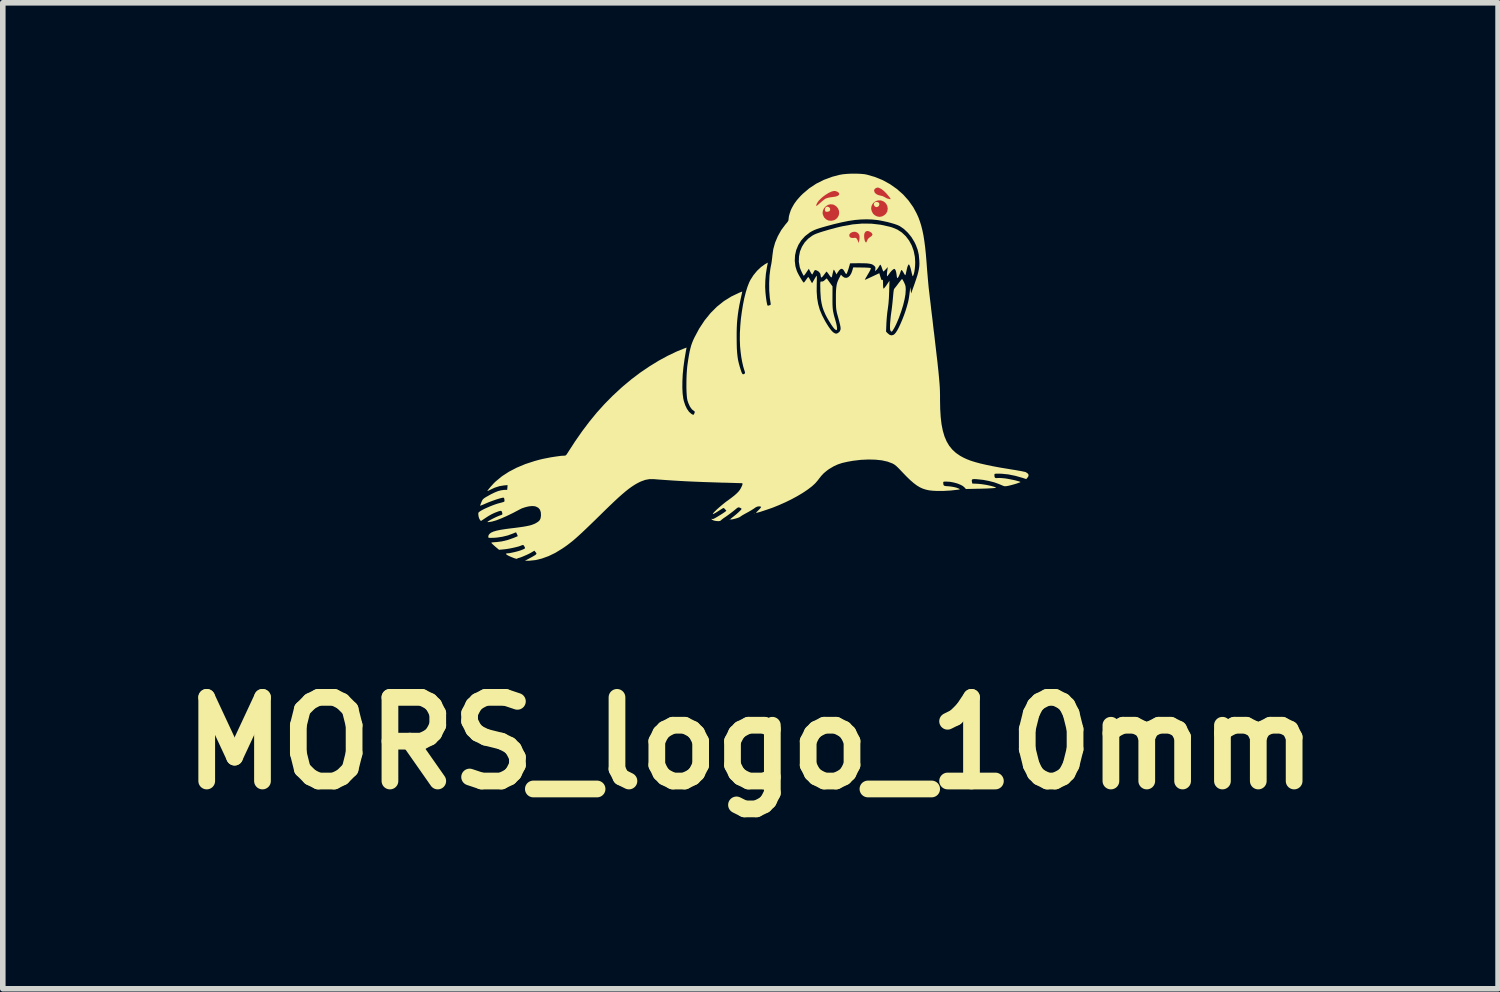
<source format=kicad_pcb>
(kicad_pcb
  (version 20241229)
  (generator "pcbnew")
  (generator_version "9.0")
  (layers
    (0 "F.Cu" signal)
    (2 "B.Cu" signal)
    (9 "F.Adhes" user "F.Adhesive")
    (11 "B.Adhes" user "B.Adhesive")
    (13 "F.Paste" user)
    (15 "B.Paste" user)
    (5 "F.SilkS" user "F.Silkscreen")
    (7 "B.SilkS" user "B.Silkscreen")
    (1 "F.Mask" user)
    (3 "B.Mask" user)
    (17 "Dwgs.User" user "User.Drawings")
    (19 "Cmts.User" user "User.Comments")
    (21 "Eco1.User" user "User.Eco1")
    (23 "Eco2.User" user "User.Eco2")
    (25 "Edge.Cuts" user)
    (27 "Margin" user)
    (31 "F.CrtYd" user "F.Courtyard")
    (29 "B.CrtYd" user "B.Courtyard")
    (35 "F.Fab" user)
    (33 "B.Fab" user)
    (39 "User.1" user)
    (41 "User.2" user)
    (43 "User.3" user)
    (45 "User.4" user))
  (footprint "MORS_logo_10mm"
    (layer "F.Cu")
    (at 10.457 3.532)
    (property "Reference" "MORS_logo_10mm" (at -0.05 6.745 0) (layer "F.SilkS") (effects (font (size 1.5 1.5) (thickness 0.3))))
    (attr board_only exclude_from_pos_files exclude_from_bom)
    (fp_poly (pts (xy 2.055 -2.446) (xy 2.099 -2.435) (xy 2.129 -2.416) (xy 2.144 -2.392) (xy 2.144 -2.365) (xy 2.128 -2.338) (xy 2.101 -2.318) (xy 2.075 -2.3) (xy 2.058 -2.277) (xy 2.048 -2.25) (xy 2.038 -2.224) (xy 2.029 -2.207) (xy 2.025 -2.203) (xy 2.016 -2.211) (xy 2.004 -2.23) (xy 2 -2.239) (xy 1.99 -2.268) (xy 1.982 -2.306) (xy 1.979 -2.336) (xy 1.978 -2.371) (xy 1.981 -2.395) (xy 1.989 -2.413) (xy 1.996 -2.424) (xy 2.013 -2.442) (xy 2.031 -2.448)) (stroke (width 0) (type solid)) (fill yes) (layer "F.Cu"))
    (fp_poly (pts (xy 2.256 -3.222) (xy 2.302 -3.202) (xy 2.351 -3.165) (xy 2.404 -3.112) (xy 2.453 -3.051) (xy 2.477 -3.019) (xy 2.487 -3) (xy 2.484 -2.992) (xy 2.467 -2.993) (xy 2.435 -3.001) (xy 2.431 -3.002) (xy 2.397 -3.013) (xy 2.359 -3.03) (xy 2.341 -3.039) (xy 2.31 -3.053) (xy 2.281 -3.062) (xy 2.268 -3.064) (xy 2.232 -3.071) (xy 2.2 -3.088) (xy 2.176 -3.113) (xy 2.16 -3.142) (xy 2.156 -3.171) (xy 2.164 -3.197) (xy 2.178 -3.21) (xy 2.214 -3.225)) (stroke (width 0) (type solid)) (fill yes) (layer "F.Cu"))
    (fp_poly (pts (xy 1.852 -2.428) (xy 1.861 -2.424) (xy 1.894 -2.399) (xy 1.913 -2.364) (xy 1.917 -2.318) (xy 1.912 -2.275) (xy 1.902 -2.232) (xy 1.894 -2.207) (xy 1.887 -2.2) (xy 1.881 -2.21) (xy 1.878 -2.218) (xy 1.869 -2.246) (xy 1.855 -2.275) (xy 1.853 -2.278) (xy 1.839 -2.297) (xy 1.826 -2.305) (xy 1.803 -2.304) (xy 1.797 -2.302) (xy 1.757 -2.302) (xy 1.729 -2.315) (xy 1.714 -2.341) (xy 1.712 -2.359) (xy 1.72 -2.391) (xy 1.743 -2.415) (xy 1.775 -2.431) (xy 1.813 -2.436)) (stroke (width 0) (type solid)) (fill yes) (layer "F.Cu"))
    (fp_poly (pts (xy 1.465 -3.166) (xy 1.508 -3.155) (xy 1.537 -3.135) (xy 1.55 -3.11) (xy 1.551 -3.101) (xy 1.546 -3.078) (xy 1.53 -3.061) (xy 1.5 -3.049) (xy 1.455 -3.04) (xy 1.419 -3.036) (xy 1.377 -3.032) (xy 1.342 -3.024) (xy 1.31 -3.012) (xy 1.278 -2.992) (xy 1.243 -2.964) (xy 1.199 -2.924) (xy 1.178 -2.904) (xy 1.104 -2.832) (xy 1.11 -2.87) (xy 1.131 -2.934) (xy 1.169 -2.995) (xy 1.225 -3.051) (xy 1.296 -3.102) (xy 1.349 -3.131) (xy 1.391 -3.151) (xy 1.421 -3.162) (xy 1.444 -3.167)) (stroke (width 0) (type solid)) (fill yes) (layer "F.Cu"))
    (fp_poly (pts (xy 1.449 -2.917) (xy 1.491 -2.893) (xy 1.523 -2.859) (xy 1.544 -2.817) (xy 1.552 -2.769) (xy 1.546 -2.72) (xy 1.531 -2.686) (xy 1.5 -2.649) (xy 1.458 -2.623) (xy 1.409 -2.611) (xy 1.359 -2.612) (xy 1.314 -2.628) (xy 1.274 -2.658) (xy 1.248 -2.698) (xy 1.236 -2.743) (xy 1.236 -2.789) (xy 1.243 -2.815) (xy 1.296 -2.815) (xy 1.301 -2.797) (xy 1.302 -2.796) (xy 1.319 -2.79) (xy 1.342 -2.793) (xy 1.361 -2.803) (xy 1.361 -2.804) (xy 1.369 -2.824) (xy 1.362 -2.844) (xy 1.347 -2.858) (xy 1.327 -2.863) (xy 1.309 -2.856) (xy 1.299 -2.838) (xy 1.296 -2.815) (xy 1.243 -2.815) (xy 1.249 -2.834) (xy 1.274 -2.874) (xy 1.31 -2.905) (xy 1.349 -2.922) (xy 1.402 -2.927)) (stroke (width 0) (type solid)) (fill yes) (layer "F.Cu"))
    (fp_poly (pts (xy 2.304 -2.993) (xy 2.348 -2.976) (xy 2.385 -2.945) (xy 2.402 -2.922) (xy 2.42 -2.873) (xy 2.422 -2.825) (xy 2.409 -2.779) (xy 2.385 -2.74) (xy 2.351 -2.708) (xy 2.309 -2.687) (xy 2.261 -2.68) (xy 2.21 -2.69) (xy 2.209 -2.69) (xy 2.163 -2.716) (xy 2.13 -2.753) (xy 2.11 -2.799) (xy 2.104 -2.848) (xy 2.114 -2.899) (xy 2.127 -2.925) (xy 2.174 -2.925) (xy 2.178 -2.902) (xy 2.181 -2.895) (xy 2.202 -2.878) (xy 2.223 -2.878) (xy 2.241 -2.894) (xy 2.244 -2.898) (xy 2.248 -2.924) (xy 2.236 -2.943) (xy 2.21 -2.951) (xy 2.208 -2.951) (xy 2.185 -2.943) (xy 2.174 -2.925) (xy 2.127 -2.925) (xy 2.132 -2.934) (xy 2.165 -2.969) (xy 2.208 -2.99) (xy 2.255 -2.998)) (stroke (width 0) (type solid)) (fill yes) (layer "F.Cu"))
    (fp_poly (pts (xy 2.096 -2.654) (xy 2.195 -2.647) (xy 2.294 -2.633) (xy 2.391 -2.614) (xy 2.481 -2.591) (xy 2.562 -2.564) (xy 2.63 -2.535) (xy 2.67 -2.512) (xy 2.744 -2.453) (xy 2.812 -2.38) (xy 2.871 -2.296) (xy 2.903 -2.238) (xy 2.934 -2.171) (xy 2.957 -2.113) (xy 2.971 -2.056) (xy 2.981 -1.995) (xy 2.986 -1.923) (xy 2.986 -1.91) (xy 2.988 -1.857) (xy 2.987 -1.811) (xy 2.983 -1.766) (xy 2.976 -1.721) (xy 2.964 -1.671) (xy 2.947 -1.614) (xy 2.924 -1.545) (xy 2.898 -1.471) (xy 2.876 -1.411) (xy 2.86 -1.366) (xy 2.848 -1.336) (xy 2.839 -1.317) (xy 2.832 -1.309) (xy 2.827 -1.309) (xy 2.824 -1.314) (xy 2.818 -1.323) (xy 2.813 -1.321) (xy 2.81 -1.304) (xy 2.806 -1.275) (xy 2.797 -1.216) (xy 2.782 -1.148) (xy 2.762 -1.074) (xy 2.738 -0.996) (xy 2.711 -0.917) (xy 2.682 -0.839) (xy 2.651 -0.767) (xy 2.622 -0.702) (xy 2.593 -0.648) (xy 2.566 -0.606) (xy 2.545 -0.582) (xy 2.508 -0.561) (xy 2.469 -0.557) (xy 2.431 -0.567) (xy 2.42 -0.575) (xy 2.402 -0.592) (xy 2.389 -0.611) (xy 2.381 -0.635) (xy 2.376 -0.669) (xy 2.376 -0.703) (xy 2.461 -0.703) (xy 2.466 -0.67) (xy 2.474 -0.654) (xy 2.481 -0.653) (xy 2.491 -0.663) (xy 2.507 -0.685) (xy 2.523 -0.713) (xy 2.544 -0.754) (xy 2.568 -0.809) (xy 2.594 -0.871) (xy 2.62 -0.938) (xy 2.644 -1.003) (xy 2.664 -1.062) (xy 2.671 -1.086) (xy 2.699 -1.189) (xy 2.717 -1.278) (xy 2.724 -1.353) (xy 2.722 -1.417) (xy 2.71 -1.472) (xy 2.699 -1.498) (xy 2.684 -1.525) (xy 2.673 -1.544) (xy 2.667 -1.55) (xy 2.659 -1.543) (xy 2.643 -1.525) (xy 2.621 -1.499) (xy 2.596 -1.468) (xy 2.572 -1.437) (xy 2.551 -1.409) (xy 2.535 -1.387) (xy 2.532 -1.382) (xy 2.528 -1.368) (xy 2.524 -1.34) (xy 2.52 -1.301) (xy 2.516 -1.255) (xy 2.516 -1.254) (xy 2.511 -1.197) (xy 2.504 -1.13) (xy 2.496 -1.062) (xy 2.489 -1.006) (xy 2.475 -0.906) (xy 2.466 -0.822) (xy 2.462 -0.754) (xy 2.461 -0.703) (xy 2.376 -0.703) (xy 2.375 -0.715) (xy 2.377 -0.776) (xy 2.377 -0.791) (xy 2.381 -0.854) (xy 2.387 -0.924) (xy 2.394 -0.991) (xy 2.402 -1.048) (xy 2.402 -1.049) (xy 2.408 -1.091) (xy 2.414 -1.141) (xy 2.419 -1.197) (xy 2.423 -1.255) (xy 2.427 -1.313) (xy 2.429 -1.367) (xy 2.43 -1.416) (xy 2.431 -1.456) (xy 2.429 -1.484) (xy 2.426 -1.498) (xy 2.424 -1.498) (xy 2.415 -1.486) (xy 2.398 -1.463) (xy 2.378 -1.433) (xy 2.372 -1.424) (xy 2.33 -1.36) (xy 2.324 -1.396) (xy 2.32 -1.427) (xy 2.318 -1.465) (xy 2.318 -1.486) (xy 2.317 -1.517) (xy 2.313 -1.533) (xy 2.306 -1.535) (xy 2.305 -1.535) (xy 2.296 -1.539) (xy 2.286 -1.559) (xy 2.275 -1.592) (xy 2.266 -1.624) (xy 2.258 -1.648) (xy 2.252 -1.659) (xy 2.241 -1.656) (xy 2.217 -1.647) (xy 2.182 -1.631) (xy 2.139 -1.611) (xy 2.11 -1.597) (xy 2.064 -1.575) (xy 2.024 -1.556) (xy 1.993 -1.542) (xy 1.975 -1.535) (xy 1.971 -1.534) (xy 1.974 -1.543) (xy 1.986 -1.565) (xy 2.004 -1.597) (xy 2.026 -1.636) (xy 2.034 -1.649) (xy 2.058 -1.69) (xy 2.077 -1.725) (xy 2.09 -1.751) (xy 2.095 -1.765) (xy 2.095 -1.767) (xy 2.084 -1.769) (xy 2.057 -1.771) (xy 2.019 -1.772) (xy 1.971 -1.773) (xy 1.945 -1.774) (xy 1.8 -1.775) (xy 1.78 -1.706) (xy 1.759 -1.651) (xy 1.732 -1.614) (xy 1.7 -1.593) (xy 1.668 -1.588) (xy 1.639 -1.592) (xy 1.61 -1.602) (xy 1.588 -1.615) (xy 1.579 -1.628) (xy 1.579 -1.628) (xy 1.576 -1.631) (xy 1.567 -1.619) (xy 1.556 -1.597) (xy 1.542 -1.568) (xy 1.529 -1.535) (xy 1.517 -1.502) (xy 1.508 -1.474) (xy 1.504 -1.46) (xy 1.491 -1.36) (xy 1.487 -1.252) (xy 1.49 -1.141) (xy 1.502 -1.032) (xy 1.521 -0.933) (xy 1.532 -0.893) (xy 1.555 -0.813) (xy 1.569 -0.749) (xy 1.575 -0.698) (xy 1.573 -0.659) (xy 1.562 -0.629) (xy 1.543 -0.608) (xy 1.532 -0.601) (xy 1.499 -0.589) (xy 1.464 -0.593) (xy 1.428 -0.613) (xy 1.389 -0.65) (xy 1.347 -0.705) (xy 1.306 -0.768) (xy 1.245 -0.878) (xy 1.198 -0.982) (xy 1.163 -1.084) (xy 1.141 -1.189) (xy 1.129 -1.301) (xy 1.128 -1.395) (xy 1.21 -1.395) (xy 1.215 -1.275) (xy 1.23 -1.167) (xy 1.257 -1.065) (xy 1.296 -0.965) (xy 1.329 -0.899) (xy 1.353 -0.856) (xy 1.38 -0.812) (xy 1.407 -0.769) (xy 1.434 -0.73) (xy 1.458 -0.698) (xy 1.476 -0.678) (xy 1.486 -0.67) (xy 1.492 -0.679) (xy 1.492 -0.705) (xy 1.491 -0.716) (xy 1.485 -0.745) (xy 1.475 -0.786) (xy 1.463 -0.831) (xy 1.457 -0.851) (xy 1.44 -0.907) (xy 1.428 -0.959) (xy 1.419 -1.012) (xy 1.413 -1.068) (xy 1.41 -1.132) (xy 1.41 -1.209) (xy 1.41 -1.254) (xy 1.411 -1.436) (xy 1.366 -1.5) (xy 1.345 -1.53) (xy 1.329 -1.553) (xy 1.319 -1.566) (xy 1.318 -1.568) (xy 1.311 -1.564) (xy 1.294 -1.551) (xy 1.289 -1.546) (xy 1.263 -1.529) (xy 1.237 -1.522) (xy 1.237 -1.522) (xy 1.21 -1.522) (xy 1.21 -1.395) (xy 1.128 -1.395) (xy 1.127 -1.425) (xy 1.128 -1.454) (xy 1.13 -1.511) (xy 1.131 -1.552) (xy 1.13 -1.578) (xy 1.129 -1.592) (xy 1.126 -1.595) (xy 1.121 -1.591) (xy 1.116 -1.583) (xy 1.1 -1.557) (xy 1.084 -1.526) (xy 1.082 -1.52) (xy 1.07 -1.498) (xy 1.059 -1.487) (xy 1.056 -1.487) (xy 1.046 -1.496) (xy 1.032 -1.517) (xy 1.016 -1.544) (xy 0.986 -1.598) (xy 0.946 -1.54) (xy 0.905 -1.482) (xy 0.868 -1.538) (xy 0.815 -1.623) (xy 0.777 -1.702) (xy 0.752 -1.779) (xy 0.739 -1.858) (xy 0.735 -1.934) (xy 0.827 -1.934) (xy 0.835 -1.839) (xy 0.847 -1.787) (xy 0.86 -1.748) (xy 0.874 -1.713) (xy 0.889 -1.684) (xy 0.901 -1.667) (xy 0.906 -1.664) (xy 0.915 -1.671) (xy 0.931 -1.69) (xy 0.952 -1.717) (xy 0.955 -1.721) (xy 0.974 -1.748) (xy 0.99 -1.767) (xy 0.998 -1.775) (xy 0.998 -1.775) (xy 1.005 -1.765) (xy 1.017 -1.744) (xy 1.029 -1.722) (xy 1.056 -1.673) (xy 1.071 -1.707) (xy 1.089 -1.735) (xy 1.109 -1.746) (xy 1.136 -1.742) (xy 1.145 -1.739) (xy 1.178 -1.718) (xy 1.204 -1.689) (xy 1.218 -1.656) (xy 1.22 -1.643) (xy 1.222 -1.626) (xy 1.228 -1.622) (xy 1.24 -1.632) (xy 1.26 -1.657) (xy 1.277 -1.682) (xy 1.295 -1.708) (xy 1.309 -1.725) (xy 1.316 -1.73) (xy 1.324 -1.723) (xy 1.339 -1.704) (xy 1.357 -1.678) (xy 1.381 -1.648) (xy 1.398 -1.633) (xy 1.407 -1.636) (xy 1.409 -1.65) (xy 1.411 -1.666) (xy 1.416 -1.693) (xy 1.419 -1.711) (xy 1.429 -1.743) (xy 1.442 -1.757) (xy 1.455 -1.752) (xy 1.471 -1.728) (xy 1.473 -1.725) (xy 1.484 -1.704) (xy 1.493 -1.693) (xy 1.494 -1.692) (xy 1.502 -1.699) (xy 1.515 -1.717) (xy 1.517 -1.721) (xy 1.544 -1.755) (xy 1.572 -1.772) (xy 1.599 -1.77) (xy 1.625 -1.75) (xy 1.642 -1.721) (xy 1.654 -1.698) (xy 1.663 -1.685) (xy 1.666 -1.683) (xy 1.674 -1.691) (xy 1.685 -1.716) (xy 1.696 -1.753) (xy 1.703 -1.782) (xy 1.708 -1.812) (xy 1.714 -1.834) (xy 1.721 -1.85) (xy 1.733 -1.86) (xy 1.753 -1.866) (xy 1.782 -1.869) (xy 1.824 -1.87) (xy 1.881 -1.869) (xy 1.918 -1.868) (xy 1.988 -1.867) (xy 2.042 -1.865) (xy 2.082 -1.862) (xy 2.111 -1.859) (xy 2.132 -1.854) (xy 2.139 -1.851) (xy 2.175 -1.828) (xy 2.198 -1.798) (xy 2.204 -1.769) (xy 2.204 -1.746) (xy 2.222 -1.769) (xy 2.239 -1.794) (xy 2.255 -1.822) (xy 2.255 -1.823) (xy 2.268 -1.842) (xy 2.281 -1.851) (xy 2.283 -1.851) (xy 2.292 -1.84) (xy 2.304 -1.817) (xy 2.313 -1.792) (xy 2.324 -1.764) (xy 2.333 -1.743) (xy 2.338 -1.736) (xy 2.346 -1.742) (xy 2.362 -1.758) (xy 2.374 -1.77) (xy 2.393 -1.791) (xy 2.409 -1.804) (xy 2.414 -1.806) (xy 2.418 -1.797) (xy 2.419 -1.774) (xy 2.417 -1.74) (xy 2.411 -1.699) (xy 2.406 -1.668) (xy 2.405 -1.656) (xy 2.408 -1.655) (xy 2.419 -1.666) (xy 2.438 -1.691) (xy 2.444 -1.699) (xy 2.479 -1.739) (xy 2.509 -1.762) (xy 2.534 -1.766) (xy 2.555 -1.752) (xy 2.57 -1.719) (xy 2.579 -1.673) (xy 2.583 -1.644) (xy 2.588 -1.626) (xy 2.593 -1.621) (xy 2.6 -1.633) (xy 2.612 -1.661) (xy 2.628 -1.701) (xy 2.644 -1.746) (xy 2.653 -1.755) (xy 2.668 -1.748) (xy 2.685 -1.729) (xy 2.697 -1.709) (xy 2.71 -1.687) (xy 2.719 -1.676) (xy 2.721 -1.676) (xy 2.725 -1.687) (xy 2.732 -1.711) (xy 2.741 -1.744) (xy 2.743 -1.753) (xy 2.757 -1.805) (xy 2.772 -1.837) (xy 2.786 -1.851) (xy 2.8 -1.845) (xy 2.815 -1.821) (xy 2.83 -1.778) (xy 2.84 -1.742) (xy 2.861 -1.651) (xy 2.875 -1.693) (xy 2.882 -1.725) (xy 2.886 -1.773) (xy 2.889 -1.838) (xy 2.889 -1.877) (xy 2.889 -1.933) (xy 2.888 -1.975) (xy 2.886 -2.008) (xy 2.881 -2.035) (xy 2.874 -2.062) (xy 2.864 -2.093) (xy 2.863 -2.094) (xy 2.825 -2.186) (xy 2.775 -2.27) (xy 2.717 -2.344) (xy 2.652 -2.406) (xy 2.583 -2.452) (xy 2.572 -2.457) (xy 2.528 -2.475) (xy 2.471 -2.494) (xy 2.405 -2.513) (xy 2.334 -2.53) (xy 2.266 -2.544) (xy 2.204 -2.553) (xy 2.112 -2.561) (xy 2.02 -2.564) (xy 1.925 -2.561) (xy 1.825 -2.551) (xy 1.716 -2.534) (xy 1.598 -2.51) (xy 1.467 -2.479) (xy 1.367 -2.453) (xy 1.279 -2.428) (xy 1.206 -2.405) (xy 1.146 -2.383) (xy 1.097 -2.361) (xy 1.054 -2.337) (xy 1.017 -2.309) (xy 0.981 -2.277) (xy 0.974 -2.271) (xy 0.911 -2.196) (xy 0.865 -2.114) (xy 0.837 -2.027) (xy 0.827 -1.934) (xy 0.735 -1.934) (xy 0.735 -1.935) (xy 0.744 -2.037) (xy 0.769 -2.131) (xy 0.812 -2.219) (xy 0.872 -2.301) (xy 0.927 -2.358) (xy 0.965 -2.391) (xy 1.005 -2.419) (xy 1.048 -2.444) (xy 1.098 -2.467) (xy 1.158 -2.49) (xy 1.231 -2.513) (xy 1.32 -2.538) (xy 1.324 -2.539) (xy 1.459 -2.574) (xy 1.579 -2.603) (xy 1.688 -2.625) (xy 1.787 -2.641) (xy 1.88 -2.651) (xy 1.97 -2.656) (xy 2.058 -2.656)) (stroke (width 0) (type solid)) (fill yes) (layer "F.Mask"))
    (fp_poly (pts (xy 1.865 -3.532) (xy 1.942 -3.527) (xy 2.008 -3.52) (xy 2.034 -3.516) (xy 2.187 -3.475) (xy 2.33 -3.42) (xy 2.464 -3.349) (xy 2.591 -3.261) (xy 2.706 -3.162) (xy 2.804 -3.06) (xy 2.887 -2.954) (xy 2.958 -2.84) (xy 3.016 -2.718) (xy 3.065 -2.583) (xy 3.103 -2.435) (xy 3.121 -2.342) (xy 3.13 -2.291) (xy 3.138 -2.242) (xy 3.144 -2.192) (xy 3.151 -2.139) (xy 3.157 -2.079) (xy 3.163 -2.009) (xy 3.17 -1.928) (xy 3.177 -1.831) (xy 3.179 -1.801) (xy 3.184 -1.738) (xy 3.191 -1.66) (xy 3.2 -1.569) (xy 3.21 -1.469) (xy 3.221 -1.361) (xy 3.233 -1.251) (xy 3.245 -1.139) (xy 3.258 -1.031) (xy 3.26 -1.015) (xy 3.281 -0.832) (xy 3.301 -0.666) (xy 3.319 -0.516) (xy 3.334 -0.382) (xy 3.348 -0.263) (xy 3.36 -0.156) (xy 3.371 -0.062) (xy 3.38 0.022) (xy 3.388 0.095) (xy 3.394 0.16) (xy 3.4 0.217) (xy 3.404 0.268) (xy 3.408 0.313) (xy 3.41 0.355) (xy 3.412 0.393) (xy 3.414 0.429) (xy 3.415 0.464) (xy 3.415 0.499) (xy 3.415 0.536) (xy 3.415 0.575) (xy 3.415 0.594) (xy 3.418 0.755) (xy 3.426 0.898) (xy 3.441 1.026) (xy 3.463 1.139) (xy 3.494 1.238) (xy 3.535 1.325) (xy 3.586 1.401) (xy 3.648 1.467) (xy 3.723 1.524) (xy 3.81 1.573) (xy 3.913 1.616) (xy 4.03 1.654) (xy 4.163 1.687) (xy 4.314 1.718) (xy 4.314 1.718) (xy 4.363 1.727) (xy 4.426 1.738) (xy 4.497 1.75) (xy 4.571 1.762) (xy 4.644 1.774) (xy 4.659 1.776) (xy 4.745 1.79) (xy 4.814 1.803) (xy 4.868 1.815) (xy 4.91 1.827) (xy 4.941 1.84) (xy 4.963 1.856) (xy 4.979 1.873) (xy 4.99 1.895) (xy 4.997 1.911) (xy 5.001 1.954) (xy 4.988 1.996) (xy 4.957 2.036) (xy 4.91 2.075) (xy 4.847 2.111) (xy 4.768 2.145) (xy 4.675 2.174) (xy 4.581 2.198) (xy 4.538 2.207) (xy 4.498 2.215) (xy 4.467 2.22) (xy 4.456 2.222) (xy 4.431 2.225) (xy 4.394 2.229) (xy 4.353 2.234) (xy 4.343 2.235) (xy 4.31 2.238) (xy 4.262 2.241) (xy 4.203 2.244) (xy 4.136 2.247) (xy 4.067 2.249) (xy 4.035 2.25) (xy 3.95 2.252) (xy 3.858 2.257) (xy 3.766 2.262) (xy 3.681 2.268) (xy 3.619 2.274) (xy 3.494 2.285) (xy 3.38 2.29) (xy 3.278 2.29) (xy 3.19 2.285) (xy 3.117 2.274) (xy 3.079 2.264) (xy 2.982 2.226) (xy 2.89 2.175) (xy 2.8 2.109) (xy 2.711 2.026) (xy 2.622 1.927) (xy 2.607 1.909) (xy 2.56 1.856) (xy 2.511 1.815) (xy 2.456 1.784) (xy 2.392 1.761) (xy 2.314 1.743) (xy 2.286 1.738) (xy 2.192 1.728) (xy 2.085 1.725) (xy 1.969 1.73) (xy 1.848 1.741) (xy 1.728 1.759) (xy 1.658 1.772) (xy 1.579 1.795) (xy 1.499 1.827) (xy 1.424 1.867) (xy 1.355 1.913) (xy 1.297 1.961) (xy 1.254 2.011) (xy 1.245 2.025) (xy 1.193 2.095) (xy 1.123 2.166) (xy 1.035 2.237) (xy 0.928 2.31) (xy 0.802 2.384) (xy 0.657 2.459) (xy 0.534 2.517) (xy 0.449 2.553) (xy 0.35 2.591) (xy 0.24 2.629) (xy 0.123 2.667) (xy 0.002 2.703) (xy -0.118 2.737) (xy -0.235 2.767) (xy -0.344 2.792) (xy -0.442 2.811) (xy -0.506 2.821) (xy -0.586 2.83) (xy -0.651 2.83) (xy -0.704 2.823) (xy -0.746 2.807) (xy -0.78 2.783) (xy -0.784 2.779) (xy -0.804 2.755) (xy -0.813 2.731) (xy -0.815 2.707) (xy -0.809 2.667) (xy -0.792 2.625) (xy -0.763 2.579) (xy -0.721 2.53) (xy -0.664 2.476) (xy -0.593 2.415) (xy -0.505 2.348) (xy -0.465 2.318) (xy -0.416 2.282) (xy -0.372 2.246) (xy -0.336 2.214) (xy -0.308 2.187) (xy -0.291 2.166) (xy -0.287 2.154) (xy -0.287 2.154) (xy -0.298 2.152) (xy -0.325 2.15) (xy -0.367 2.148) (xy -0.42 2.145) (xy -0.483 2.143) (xy -0.553 2.141) (xy -0.585 2.14) (xy -0.79 2.134) (xy -0.981 2.127) (xy -1.161 2.118) (xy -1.336 2.109) (xy -1.51 2.098) (xy -1.688 2.085) (xy -1.785 2.078) (xy -1.852 2.078) (xy -1.917 2.088) (xy -1.984 2.111) (xy -2.056 2.147) (xy -2.137 2.197) (xy -2.145 2.203) (xy -2.181 2.228) (xy -2.218 2.257) (xy -2.258 2.289) (xy -2.302 2.326) (xy -2.352 2.371) (xy -2.408 2.423) (xy -2.473 2.484) (xy -2.547 2.555) (xy -2.632 2.638) (xy -2.69 2.695) (xy -2.79 2.793) (xy -2.879 2.879) (xy -2.958 2.954) (xy -3.028 3.02) (xy -3.091 3.076) (xy -3.148 3.126) (xy -3.201 3.171) (xy -3.251 3.211) (xy -3.299 3.247) (xy -3.434 3.34) (xy -3.564 3.415) (xy -3.69 3.472) (xy -3.814 3.511) (xy -3.934 3.534) (xy -4.053 3.539) (xy -4.151 3.531) (xy -4.265 3.505) (xy -4.379 3.461) (xy -4.494 3.399) (xy -4.61 3.318) (xy -4.697 3.247) (xy -4.75 3.192) (xy -4.787 3.137) (xy -4.808 3.083) (xy -4.812 3.032) (xy -4.8 2.985) (xy -4.771 2.944) (xy -4.733 2.914) (xy -4.704 2.899) (xy -4.668 2.886) (xy -4.623 2.873) (xy -4.567 2.861) (xy -4.499 2.849) (xy -4.416 2.836) (xy -4.315 2.823) (xy -4.309 2.823) (xy -4.205 2.809) (xy -4.118 2.796) (xy -4.047 2.783) (xy -3.99 2.77) (xy -3.946 2.756) (xy -3.915 2.741) (xy -3.893 2.725) (xy -3.881 2.709) (xy -3.873 2.683) (xy -3.871 2.649) (xy -3.874 2.616) (xy -3.882 2.59) (xy -3.888 2.583) (xy -3.922 2.565) (xy -3.969 2.559) (xy -4.026 2.567) (xy -4.092 2.587) (xy -4.167 2.619) (xy -4.221 2.646) (xy -4.338 2.708) (xy -4.452 2.761) (xy -4.56 2.804) (xy -4.6 2.818) (xy -4.65 2.832) (xy -4.696 2.841) (xy -4.746 2.844) (xy -4.771 2.845) (xy -4.815 2.845) (xy -4.846 2.842) (xy -4.87 2.837) (xy -4.891 2.828) (xy -4.903 2.822) (xy -4.947 2.787) (xy -4.976 2.74) (xy -4.991 2.682) (xy -4.992 2.612) (xy -4.991 2.608) (xy -4.924 2.608) (xy -4.92 2.653) (xy -4.914 2.686) (xy -4.903 2.715) (xy -4.899 2.722) (xy -4.883 2.747) (xy -4.829 2.71) (xy -4.778 2.677) (xy -4.717 2.644) (xy -4.654 2.613) (xy -4.596 2.587) (xy -4.566 2.576) (xy -4.537 2.566) (xy -4.517 2.56) (xy -4.51 2.559) (xy -4.504 2.573) (xy -4.497 2.596) (xy -4.49 2.622) (xy -4.487 2.64) (xy -4.487 2.641) (xy -4.495 2.654) (xy -4.522 2.668) (xy -4.55 2.678) (xy -4.581 2.69) (xy -4.616 2.706) (xy -4.653 2.723) (xy -4.687 2.74) (xy -4.714 2.755) (xy -4.73 2.766) (xy -4.733 2.77) (xy -4.724 2.77) (xy -4.702 2.766) (xy -4.67 2.758) (xy -4.633 2.747) (xy -4.593 2.734) (xy -4.556 2.721) (xy -4.547 2.718) (xy -4.495 2.696) (xy -4.433 2.667) (xy -4.367 2.635) (xy -4.302 2.602) (xy -4.245 2.571) (xy -4.212 2.552) (xy -4.138 2.517) (xy -4.054 2.496) (xy -3.965 2.488) (xy -3.904 2.493) (xy -3.857 2.508) (xy -3.824 2.537) (xy -3.804 2.578) (xy -3.796 2.633) (xy -3.796 2.65) (xy -3.798 2.692) (xy -3.807 2.728) (xy -3.824 2.76) (xy -3.849 2.786) (xy -3.884 2.81) (xy -3.932 2.83) (xy -3.992 2.848) (xy -4.067 2.864) (xy -4.157 2.879) (xy -4.265 2.894) (xy -4.297 2.898) (xy -4.389 2.91) (xy -4.465 2.92) (xy -4.527 2.93) (xy -4.576 2.94) (xy -4.615 2.949) (xy -4.646 2.959) (xy -4.672 2.97) (xy -4.675 2.972) (xy -4.7 2.988) (xy -4.722 3.009) (xy -4.736 3.029) (xy -4.74 3.043) (xy -4.738 3.047) (xy -4.726 3.05) (xy -4.7 3.052) (xy -4.664 3.053) (xy -4.649 3.053) (xy -4.562 3.046) (xy -4.469 3.028) (xy -4.377 3) (xy -4.332 2.983) (xy -4.299 2.969) (xy -4.271 2.959) (xy -4.256 2.955) (xy -4.254 2.954) (xy -4.245 2.962) (xy -4.232 2.981) (xy -4.22 3.004) (xy -4.213 3.024) (xy -4.212 3.03) (xy -4.221 3.043) (xy -4.245 3.057) (xy -4.282 3.073) (xy -4.329 3.09) (xy -4.382 3.107) (xy -4.439 3.122) (xy -4.496 3.135) (xy -4.551 3.145) (xy -4.6 3.152) (xy -4.632 3.154) (xy -4.681 3.154) (xy -4.619 3.21) (xy -4.587 3.239) (xy -4.564 3.256) (xy -4.545 3.264) (xy -4.525 3.267) (xy -4.523 3.267) (xy -4.486 3.264) (xy -4.436 3.258) (xy -4.379 3.248) (xy -4.32 3.236) (xy -4.266 3.223) (xy -4.221 3.21) (xy -4.207 3.205) (xy -4.173 3.193) (xy -4.145 3.183) (xy -4.129 3.179) (xy -4.129 3.179) (xy -4.117 3.185) (xy -4.101 3.203) (xy -4.093 3.217) (xy -4.069 3.256) (xy -4.107 3.276) (xy -4.141 3.29) (xy -4.187 3.305) (xy -4.241 3.321) (xy -4.296 3.334) (xy -4.347 3.344) (xy -4.37 3.348) (xy -4.424 3.355) (xy -4.382 3.376) (xy -4.345 3.394) (xy -4.306 3.41) (xy -4.294 3.414) (xy -4.271 3.421) (xy -4.253 3.424) (xy -4.233 3.422) (xy -4.207 3.415) (xy -4.176 3.404) (xy -4.108 3.378) (xy -4.045 3.349) (xy -3.992 3.32) (xy -3.958 3.298) (xy -3.927 3.274) (xy -3.895 3.311) (xy -3.877 3.332) (xy -3.865 3.348) (xy -3.863 3.352) (xy -3.871 3.362) (xy -3.893 3.378) (xy -3.927 3.4) (xy -3.971 3.425) (xy -3.98 3.431) (xy -4.047 3.467) (xy -3.974 3.461) (xy -3.926 3.455) (xy -3.872 3.446) (xy -3.827 3.436) (xy -3.712 3.398) (xy -3.591 3.342) (xy -3.464 3.268) (xy -3.333 3.177) (xy -3.197 3.068) (xy -3.141 3.019) (xy -3.112 2.993) (xy -3.072 2.955) (xy -3.023 2.908) (xy -2.966 2.854) (xy -2.905 2.795) (xy -2.841 2.733) (xy -2.777 2.67) (xy -2.769 2.662) (xy -2.668 2.563) (xy -2.579 2.476) (xy -2.5 2.401) (xy -2.43 2.336) (xy -2.368 2.28) (xy -2.313 2.233) (xy -2.263 2.193) (xy -2.217 2.158) (xy -2.174 2.129) (xy -2.131 2.103) (xy -2.089 2.08) (xy -2.059 2.065) (xy -1.994 2.036) (xy -1.939 2.016) (xy -1.89 2.004) (xy -1.84 2) (xy -1.786 2.002) (xy -1.637 2.013) (xy -1.501 2.023) (xy -1.376 2.031) (xy -1.256 2.038) (xy -1.139 2.044) (xy -1.019 2.05) (xy -0.893 2.055) (xy -0.756 2.06) (xy -0.606 2.064) (xy -0.578 2.065) (xy -0.501 2.067) (xy -0.427 2.069) (xy -0.361 2.071) (xy -0.304 2.072) (xy -0.26 2.073) (xy -0.23 2.074) (xy -0.22 2.074) (xy -0.179 2.074) (xy -0.185 2.109) (xy -0.196 2.15) (xy -0.213 2.188) (xy -0.239 2.226) (xy -0.275 2.265) (xy -0.324 2.308) (xy -0.386 2.357) (xy -0.428 2.388) (xy -0.479 2.426) (xy -0.529 2.465) (xy -0.576 2.504) (xy -0.614 2.537) (xy -0.628 2.549) (xy -0.655 2.576) (xy -0.674 2.596) (xy -0.683 2.606) (xy -0.682 2.607) (xy -0.668 2.598) (xy -0.643 2.581) (xy -0.611 2.561) (xy -0.598 2.552) (xy -0.528 2.506) (xy -0.501 2.538) (xy -0.484 2.56) (xy -0.475 2.578) (xy -0.474 2.582) (xy -0.482 2.591) (xy -0.502 2.607) (xy -0.533 2.63) (xy -0.571 2.655) (xy -0.613 2.683) (xy -0.656 2.709) (xy -0.68 2.723) (xy -0.699 2.735) (xy -0.703 2.743) (xy -0.694 2.748) (xy -0.668 2.754) (xy -0.638 2.755) (xy -0.613 2.751) (xy -0.604 2.746) (xy -0.592 2.738) (xy -0.57 2.723) (xy -0.389 2.723) (xy -0.384 2.727) (xy -0.379 2.723) (xy -0.384 2.718) (xy -0.389 2.723) (xy -0.57 2.723) (xy -0.567 2.721) (xy -0.535 2.699) (xy -0.507 2.68) (xy -0.461 2.648) (xy -0.41 2.61) (xy -0.363 2.574) (xy -0.348 2.561) (xy -0.273 2.498) (xy -0.232 2.514) (xy -0.207 2.525) (xy -0.192 2.535) (xy -0.19 2.539) (xy -0.197 2.553) (xy -0.216 2.576) (xy -0.245 2.605) (xy -0.28 2.637) (xy -0.31 2.662) (xy -0.337 2.685) (xy -0.357 2.703) (xy -0.367 2.713) (xy -0.367 2.715) (xy -0.354 2.716) (xy -0.33 2.712) (xy -0.3 2.703) (xy -0.271 2.691) (xy -0.247 2.679) (xy -0.244 2.676) (xy -0.223 2.663) (xy -0.191 2.643) (xy -0.151 2.62) (xy -0.114 2.6) (xy -0.071 2.576) (xy -0.031 2.552) (xy 0.002 2.531) (xy 0.02 2.518) (xy 0.047 2.5) (xy 0.075 2.492) (xy 0.104 2.491) (xy 0.132 2.491) (xy 0.146 2.494) (xy 0.149 2.503) (xy 0.146 2.517) (xy 0.135 2.541) (xy 0.117 2.567) (xy 0.115 2.569) (xy 0.101 2.585) (xy 0.095 2.594) (xy 0.096 2.595) (xy 0.115 2.591) (xy 0.148 2.582) (xy 0.193 2.567) (xy 0.246 2.548) (xy 0.304 2.526) (xy 0.365 2.503) (xy 0.424 2.479) (xy 0.48 2.456) (xy 0.529 2.434) (xy 0.538 2.43) (xy 0.671 2.366) (xy 0.787 2.305) (xy 0.887 2.247) (xy 0.973 2.19) (xy 1.045 2.135) (xy 1.104 2.079) (xy 1.153 2.023) (xy 1.175 1.991) (xy 1.217 1.935) (xy 1.266 1.885) (xy 1.324 1.839) (xy 1.395 1.795) (xy 1.465 1.757) (xy 1.545 1.724) (xy 1.641 1.697) (xy 1.751 1.677) (xy 1.874 1.662) (xy 2.008 1.655) (xy 2.081 1.654) (xy 2.173 1.655) (xy 2.249 1.658) (xy 2.314 1.665) (xy 2.371 1.676) (xy 2.424 1.691) (xy 2.476 1.712) (xy 2.504 1.725) (xy 2.549 1.748) (xy 2.583 1.772) (xy 2.614 1.801) (xy 2.632 1.821) (xy 2.718 1.918) (xy 2.797 1.998) (xy 2.872 2.065) (xy 2.944 2.117) (xy 3.016 2.158) (xy 3.089 2.186) (xy 3.166 2.205) (xy 3.247 2.215) (xy 3.313 2.217) (xy 3.358 2.217) (xy 3.408 2.215) (xy 3.462 2.212) (xy 3.515 2.208) (xy 3.565 2.203) (xy 3.607 2.199) (xy 3.64 2.194) (xy 3.658 2.19) (xy 3.661 2.188) (xy 3.653 2.18) (xy 3.63 2.172) (xy 3.596 2.164) (xy 3.557 2.156) (xy 3.517 2.149) (xy 3.479 2.145) (xy 3.449 2.144) (xy 3.434 2.145) (xy 3.419 2.147) (xy 3.41 2.142) (xy 3.404 2.125) (xy 3.399 2.103) (xy 3.395 2.075) (xy 3.394 2.056) (xy 3.395 2.051) (xy 3.409 2.047) (xy 3.436 2.046) (xy 3.474 2.047) (xy 3.516 2.05) (xy 3.559 2.055) (xy 3.593 2.061) (xy 3.658 2.077) (xy 3.715 2.098) (xy 3.762 2.122) (xy 3.795 2.147) (xy 3.798 2.152) (xy 3.821 2.178) (xy 3.943 2.178) (xy 4.005 2.178) (xy 4.068 2.177) (xy 4.128 2.175) (xy 4.183 2.172) (xy 4.23 2.169) (xy 4.267 2.166) (xy 4.289 2.162) (xy 4.296 2.159) (xy 4.286 2.152) (xy 4.258 2.143) (xy 4.213 2.131) (xy 4.172 2.122) (xy 4.145 2.117) (xy 4.105 2.113) (xy 4.058 2.108) (xy 4.024 2.106) (xy 3.919 2.1) (xy 3.913 2.072) (xy 3.909 2.044) (xy 3.909 2.024) (xy 3.917 2.011) (xy 3.935 2.005) (xy 3.966 2.003) (xy 4.01 2.005) (xy 4.062 2.009) (xy 4.204 2.029) (xy 4.338 2.063) (xy 4.434 2.099) (xy 4.472 2.115) (xy 4.5 2.125) (xy 4.52 2.128) (xy 4.541 2.128) (xy 4.566 2.123) (xy 4.567 2.123) (xy 4.607 2.114) (xy 4.65 2.103) (xy 4.69 2.091) (xy 4.723 2.08) (xy 4.746 2.071) (xy 4.754 2.066) (xy 4.748 2.061) (xy 4.726 2.053) (xy 4.693 2.043) (xy 4.651 2.033) (xy 4.604 2.023) (xy 4.555 2.014) (xy 4.508 2.007) (xy 4.508 2.007) (xy 4.463 2.003) (xy 4.417 2.001) (xy 4.379 2.002) (xy 4.378 2.002) (xy 4.349 2.004) (xy 4.329 2.003) (xy 4.323 2.001) (xy 4.322 1.988) (xy 4.317 1.964) (xy 4.315 1.954) (xy 4.311 1.928) (xy 4.314 1.915) (xy 4.324 1.909) (xy 4.331 1.907) (xy 4.367 1.903) (xy 4.418 1.903) (xy 4.48 1.908) (xy 4.549 1.916) (xy 4.621 1.927) (xy 4.694 1.941) (xy 4.763 1.957) (xy 4.825 1.975) (xy 4.839 1.98) (xy 4.891 1.997) (xy 4.91 1.973) (xy 4.925 1.952) (xy 4.928 1.937) (xy 4.918 1.922) (xy 4.914 1.918) (xy 4.904 1.909) (xy 4.891 1.902) (xy 4.874 1.895) (xy 4.849 1.888) (xy 4.816 1.88) (xy 4.77 1.872) (xy 4.711 1.862) (xy 4.636 1.849) (xy 4.618 1.846) (xy 4.471 1.822) (xy 4.342 1.8) (xy 4.228 1.778) (xy 4.127 1.757) (xy 4.039 1.735) (xy 3.962 1.714) (xy 3.893 1.691) (xy 3.831 1.668) (xy 3.775 1.642) (xy 3.723 1.615) (xy 3.637 1.559) (xy 3.563 1.493) (xy 3.501 1.416) (xy 3.45 1.326) (xy 3.409 1.222) (xy 3.377 1.103) (xy 3.362 1.024) (xy 3.357 0.981) (xy 3.352 0.92) (xy 3.348 0.841) (xy 3.344 0.744) (xy 3.34 0.628) (xy 3.34 0.593) (xy 3.338 0.537) (xy 3.337 0.487) (xy 3.336 0.441) (xy 3.335 0.399) (xy 3.333 0.357) (xy 3.331 0.316) (xy 3.328 0.274) (xy 3.325 0.23) (xy 3.321 0.181) (xy 3.316 0.128) (xy 3.31 0.068) (xy 3.302 -0.000472) (xy 3.294 -0.078) (xy 3.284 -0.166) (xy 3.272 -0.266) (xy 3.259 -0.38) (xy 3.243 -0.508) (xy 3.226 -0.652) (xy 3.208 -0.807) (xy 3.192 -0.937) (xy 3.179 -1.051) (xy 3.167 -1.149) (xy 3.158 -1.233) (xy 3.149 -1.305) (xy 3.142 -1.368) (xy 3.136 -1.422) (xy 3.131 -1.47) (xy 3.127 -1.512) (xy 3.123 -1.552) (xy 3.119 -1.591) (xy 3.116 -1.63) (xy 3.113 -1.671) (xy 3.11 -1.716) (xy 3.106 -1.767) (xy 3.103 -1.801) (xy 3.092 -1.95) (xy 3.079 -2.082) (xy 3.066 -2.199) (xy 3.051 -2.303) (xy 3.034 -2.397) (xy 3.014 -2.482) (xy 2.992 -2.559) (xy 2.967 -2.633) (xy 2.938 -2.703) (xy 2.908 -2.769) (xy 2.837 -2.892) (xy 2.75 -3.007) (xy 2.649 -3.112) (xy 2.536 -3.207) (xy 2.413 -3.289) (xy 2.281 -3.357) (xy 2.159 -3.404) (xy 2.021 -3.44) (xy 1.878 -3.457) (xy 1.733 -3.458) (xy 1.587 -3.441) (xy 1.443 -3.408) (xy 1.301 -3.358) (xy 1.164 -3.292) (xy 1.033 -3.211) (xy 1.007 -3.192) (xy 0.929 -3.128) (xy 0.857 -3.057) (xy 0.792 -2.982) (xy 0.738 -2.904) (xy 0.694 -2.827) (xy 0.662 -2.752) (xy 0.645 -2.682) (xy 0.643 -2.645) (xy 0.641 -2.623) (xy 0.632 -2.603) (xy 0.615 -2.579) (xy 0.595 -2.555) (xy 0.522 -2.462) (xy 0.461 -2.36) (xy 0.411 -2.252) (xy 0.375 -2.141) (xy 0.354 -2.031) (xy 0.349 -1.957) (xy 0.347 -1.927) (xy 0.341 -1.884) (xy 0.333 -1.835) (xy 0.325 -1.791) (xy 0.31 -1.701) (xy 0.3 -1.602) (xy 0.295 -1.498) (xy 0.295 -1.395) (xy 0.3 -1.295) (xy 0.311 -1.205) (xy 0.326 -1.129) (xy 0.327 -1.127) (xy 0.328 -1.114) (xy 0.319 -1.105) (xy 0.296 -1.097) (xy 0.292 -1.096) (xy 0.269 -1.09) (xy 0.254 -1.091) (xy 0.244 -1.1) (xy 0.237 -1.122) (xy 0.23 -1.158) (xy 0.227 -1.175) (xy 0.212 -1.29) (xy 0.205 -1.414) (xy 0.206 -1.539) (xy 0.214 -1.66) (xy 0.23 -1.768) (xy 0.236 -1.802) (xy 0.24 -1.828) (xy 0.24 -1.841) (xy 0.24 -1.842) (xy 0.231 -1.839) (xy 0.21 -1.827) (xy 0.183 -1.808) (xy 0.152 -1.785) (xy 0.122 -1.76) (xy 0.1 -1.74) (xy 0.041 -1.678) (xy -0.01 -1.607) (xy -0.054 -1.527) (xy -0.093 -1.434) (xy -0.126 -1.326) (xy -0.156 -1.202) (xy -0.157 -1.2) (xy -0.194 -0.995) (xy -0.219 -0.797) (xy -0.231 -0.607) (xy -0.23 -0.426) (xy -0.216 -0.255) (xy -0.19 -0.096) (xy -0.151 0.05) (xy -0.144 0.069) (xy -0.126 0.123) (xy -0.164 0.138) (xy -0.188 0.147) (xy -0.203 0.151) (xy -0.205 0.151) (xy -0.21 0.139) (xy -0.219 0.113) (xy -0.229 0.077) (xy -0.241 0.034) (xy -0.254 -0.011) (xy -0.265 -0.054) (xy -0.274 -0.092) (xy -0.28 -0.116) (xy -0.299 -0.246) (xy -0.31 -0.389) (xy -0.313 -0.543) (xy -0.308 -0.703) (xy -0.294 -0.866) (xy -0.273 -1.03) (xy -0.26 -1.105) (xy -0.25 -1.158) (xy -0.24 -1.208) (xy -0.231 -1.251) (xy -0.224 -1.281) (xy -0.224 -1.283) (xy -0.217 -1.312) (xy -0.215 -1.326) (xy -0.22 -1.33) (xy -0.231 -1.327) (xy -0.231 -1.327) (xy -0.249 -1.32) (xy -0.278 -1.308) (xy -0.314 -1.291) (xy -0.329 -1.284) (xy -0.448 -1.219) (xy -0.564 -1.137) (xy -0.676 -1.04) (xy -0.78 -0.931) (xy -0.874 -0.813) (xy -0.935 -0.722) (xy -0.96 -0.68) (xy -0.99 -0.627) (xy -1.02 -0.57) (xy -1.047 -0.516) (xy -1.048 -0.514) (xy -1.074 -0.459) (xy -1.093 -0.414) (xy -1.107 -0.372) (xy -1.118 -0.328) (xy -1.13 -0.274) (xy -1.131 -0.267) (xy -1.151 -0.154) (xy -1.167 -0.053) (xy -1.178 0.044) (xy -1.185 0.144) (xy -1.19 0.252) (xy -1.19 0.257) (xy -1.192 0.367) (xy -1.189 0.46) (xy -1.181 0.538) (xy -1.168 0.604) (xy -1.149 0.659) (xy -1.124 0.706) (xy -1.093 0.747) (xy -1.084 0.756) (xy -1.033 0.806) (xy -1.047 0.839) (xy -1.059 0.861) (xy -1.072 0.872) (xy -1.074 0.872) (xy -1.095 0.865) (xy -1.122 0.847) (xy -1.151 0.82) (xy -1.179 0.789) (xy -1.199 0.761) (xy -1.231 0.694) (xy -1.255 0.611) (xy -1.272 0.514) (xy -1.281 0.404) (xy -1.283 0.284) (xy -1.278 0.186) (xy -1.273 0.119) (xy -1.266 0.044) (xy -1.257 -0.032) (xy -1.248 -0.106) (xy -1.238 -0.174) (xy -1.229 -0.231) (xy -1.221 -0.268) (xy -1.214 -0.301) (xy -1.214 -0.318) (xy -1.224 -0.322) (xy -1.246 -0.316) (xy -1.262 -0.31) (xy -1.461 -0.223) (xy -1.661 -0.119) (xy -1.86 0.003) (xy -2.057 0.14) (xy -2.25 0.291) (xy -2.438 0.457) (xy -2.62 0.635) (xy -2.794 0.824) (xy -2.851 0.891) (xy -2.92 0.977) (xy -2.996 1.075) (xy -3.073 1.181) (xy -3.151 1.291) (xy -3.225 1.401) (xy -3.292 1.506) (xy -3.315 1.542) (xy -3.349 1.598) (xy -3.433 1.604) (xy -3.569 1.619) (xy -3.713 1.646) (xy -3.862 1.682) (xy -4.008 1.726) (xy -4.148 1.777) (xy -4.257 1.825) (xy -4.339 1.868) (xy -4.423 1.92) (xy -4.505 1.977) (xy -4.581 2.037) (xy -4.647 2.097) (xy -4.7 2.154) (xy -4.705 2.161) (xy -4.736 2.199) (xy -4.686 2.174) (xy -4.633 2.152) (xy -4.572 2.133) (xy -4.51 2.119) (xy -4.454 2.113) (xy -4.441 2.112) (xy -4.412 2.113) (xy -4.397 2.116) (xy -4.393 2.123) (xy -4.395 2.134) (xy -4.4 2.159) (xy -4.401 2.184) (xy -4.402 2.2) (xy -4.408 2.209) (xy -4.424 2.212) (xy -4.452 2.214) (xy -4.493 2.216) (xy -4.532 2.224) (xy -4.574 2.237) (xy -4.621 2.256) (xy -4.677 2.284) (xy -4.745 2.321) (xy -4.762 2.332) (xy -4.801 2.354) (xy -4.826 2.372) (xy -4.843 2.388) (xy -4.855 2.406) (xy -4.864 2.425) (xy -4.874 2.451) (xy -4.879 2.468) (xy -4.878 2.472) (xy -4.868 2.468) (xy -4.847 2.458) (xy -4.835 2.452) (xy -4.799 2.435) (xy -4.754 2.417) (xy -4.704 2.398) (xy -4.651 2.38) (xy -4.599 2.363) (xy -4.551 2.349) (xy -4.51 2.338) (xy -4.48 2.332) (xy -4.464 2.331) (xy -4.462 2.332) (xy -4.459 2.344) (xy -4.456 2.368) (xy -4.455 2.382) (xy -4.453 2.426) (xy -4.52 2.443) (xy -4.577 2.46) (xy -4.633 2.478) (xy -4.693 2.502) (xy -4.76 2.531) (xy -4.812 2.555) (xy -4.924 2.608) (xy -4.991 2.608) (xy -4.978 2.531) (xy -4.961 2.472) (xy -4.908 2.339) (xy -4.838 2.214) (xy -4.752 2.1) (xy -4.649 1.994) (xy -4.531 1.898) (xy -4.397 1.812) (xy -4.247 1.735) (xy -4.082 1.669) (xy -4.039 1.654) (xy -3.918 1.618) (xy -3.786 1.585) (xy -3.653 1.558) (xy -3.524 1.537) (xy -3.459 1.53) (xy -3.423 1.526) (xy -3.402 1.521) (xy -3.388 1.512) (xy -3.377 1.497) (xy -3.369 1.485) (xy -3.35 1.452) (xy -3.321 1.407) (xy -3.286 1.353) (xy -3.246 1.293) (xy -3.204 1.232) (xy -3.162 1.171) (xy -3.122 1.114) (xy -3.086 1.065) (xy -3.079 1.057) (xy -2.993 0.943) (xy -2.906 0.837) (xy -2.816 0.734) (xy -2.718 0.629) (xy -2.613 0.521) (xy -2.469 0.382) (xy -2.329 0.256) (xy -2.189 0.141) (xy -2.046 0.035) (xy -1.896 -0.067) (xy -1.851 -0.095) (xy -1.779 -0.139) (xy -1.698 -0.185) (xy -1.61 -0.231) (xy -1.52 -0.277) (xy -1.434 -0.318) (xy -1.354 -0.354) (xy -1.285 -0.382) (xy -1.278 -0.385) (xy -1.229 -0.404) (xy -1.196 -0.42) (xy -1.176 -0.434) (xy -1.168 -0.444) (xy -1.159 -0.461) (xy -1.145 -0.491) (xy -1.126 -0.53) (xy -1.105 -0.574) (xy -1.102 -0.579) (xy -1.023 -0.725) (xy -0.932 -0.863) (xy -0.831 -0.99) (xy -0.721 -1.105) (xy -0.605 -1.205) (xy -0.537 -1.254) (xy -0.481 -1.288) (xy -0.419 -1.324) (xy -0.355 -1.356) (xy -0.294 -1.384) (xy -0.244 -1.403) (xy -0.24 -1.404) (xy -0.208 -1.415) (xy -0.188 -1.425) (xy -0.177 -1.44) (xy -0.167 -1.463) (xy -0.166 -1.465) (xy -0.12 -1.567) (xy -0.061 -1.663) (xy 0.007 -1.751) (xy 0.084 -1.828) (xy 0.166 -1.89) (xy 0.208 -1.914) (xy 0.271 -1.947) (xy 0.277 -2.018) (xy 0.297 -2.141) (xy 0.334 -2.264) (xy 0.386 -2.384) (xy 0.452 -2.497) (xy 0.514 -2.58) (xy 0.538 -2.611) (xy 0.554 -2.637) (xy 0.565 -2.666) (xy 0.575 -2.705) (xy 0.577 -2.716) (xy 0.604 -2.812) (xy 0.647 -2.905) (xy 0.707 -2.998) (xy 0.784 -3.091) (xy 0.827 -3.136) (xy 0.938 -3.234) (xy 1.062 -3.321) (xy 1.197 -3.396) (xy 1.34 -3.456) (xy 1.489 -3.5) (xy 1.561 -3.515) (xy 1.626 -3.524) (xy 1.702 -3.53) (xy 1.783 -3.532)) (stroke (width 0) (type solid)) (fill yes) (layer "F.Mask"))
    (fp_poly (pts (xy -0.426 2.74) (xy -0.431 2.744) (xy -0.435 2.74) (xy -0.431 2.735)) (stroke (width 0) (type solid)) (fill yes) (layer "F.SilkS"))
    (fp_poly (pts (xy 0.028 2.626) (xy 0.024 2.631) (xy 0.019 2.626) (xy 0.024 2.621)) (stroke (width 0) (type solid)) (fill yes) (layer "F.SilkS"))
    (fp_poly (pts (xy 2.24 -2.956) (xy 2.258 -2.939) (xy 2.262 -2.918) (xy 2.254 -2.891) (xy 2.235 -2.874) (xy 2.211 -2.868) (xy 2.187 -2.875) (xy 2.172 -2.89) (xy 2.162 -2.918) (xy 2.168 -2.942) (xy 2.187 -2.958) (xy 2.208 -2.962)) (stroke (width 0) (type solid)) (fill yes) (layer "F.SilkS"))
    (fp_poly (pts (xy 1.357 -2.868) (xy 1.375 -2.85) (xy 1.378 -2.842) (xy 1.379 -2.813) (xy 1.364 -2.793) (xy 1.333 -2.784) (xy 1.331 -2.784) (xy 1.307 -2.784) (xy 1.294 -2.792) (xy 1.288 -2.803) (xy 1.285 -2.833) (xy 1.296 -2.86) (xy 1.308 -2.871) (xy 1.332 -2.876)) (stroke (width 0) (type solid)) (fill yes) (layer "F.SilkS"))
    (fp_poly (pts (xy 2.675 -1.572) (xy 2.687 -1.552) (xy 2.703 -1.523) (xy 2.705 -1.519) (xy 2.721 -1.482) (xy 2.731 -1.451) (xy 2.734 -1.416) (xy 2.735 -1.385) (xy 2.73 -1.306) (xy 2.714 -1.214) (xy 2.689 -1.111) (xy 2.655 -1.001) (xy 2.614 -0.886) (xy 2.588 -0.824) (xy 2.563 -0.766) (xy 2.538 -0.716) (xy 2.515 -0.676) (xy 2.497 -0.648) (xy 2.483 -0.635) (xy 2.48 -0.634) (xy 2.469 -0.641) (xy 2.46 -0.655) (xy 2.454 -0.677) (xy 2.453 -0.715) (xy 2.454 -0.768) (xy 2.459 -0.832) (xy 2.466 -0.907) (xy 2.477 -0.99) (xy 2.48 -1.008) (xy 2.488 -1.071) (xy 2.496 -1.142) (xy 2.503 -1.212) (xy 2.508 -1.266) (xy 2.513 -1.323) (xy 2.518 -1.366) (xy 2.524 -1.394) (xy 2.529 -1.404) (xy 2.539 -1.416) (xy 2.558 -1.44) (xy 2.583 -1.472) (xy 2.602 -1.498) (xy 2.628 -1.531) (xy 2.649 -1.558) (xy 2.664 -1.575) (xy 2.669 -1.58)) (stroke (width 0) (type solid)) (fill yes) (layer "F.SilkS"))
    (fp_poly (pts (xy 1.326 -1.58) (xy 1.341 -1.559) (xy 1.361 -1.531) (xy 1.372 -1.516) (xy 1.422 -1.446) (xy 1.421 -1.251) (xy 1.421 -1.173) (xy 1.422 -1.111) (xy 1.425 -1.058) (xy 1.43 -1.012) (xy 1.439 -0.967) (xy 1.45 -0.919) (xy 1.466 -0.864) (xy 1.471 -0.847) (xy 1.488 -0.784) (xy 1.499 -0.733) (xy 1.503 -0.694) (xy 1.501 -0.67) (xy 1.492 -0.662) (xy 1.475 -0.669) (xy 1.457 -0.684) (xy 1.436 -0.709) (xy 1.409 -0.746) (xy 1.38 -0.792) (xy 1.349 -0.842) (xy 1.321 -0.891) (xy 1.298 -0.935) (xy 1.295 -0.942) (xy 1.264 -1.012) (xy 1.241 -1.079) (xy 1.225 -1.148) (xy 1.213 -1.223) (xy 1.207 -1.31) (xy 1.204 -1.366) (xy 1.203 -1.427) (xy 1.202 -1.472) (xy 1.203 -1.503) (xy 1.205 -1.522) (xy 1.208 -1.531) (xy 1.213 -1.533) (xy 1.241 -1.533) (xy 1.265 -1.544) (xy 1.287 -1.563) (xy 1.305 -1.58) (xy 1.317 -1.588) (xy 1.319 -1.589)) (stroke (width 0) (type solid)) (fill yes) (layer "F.SilkS"))
    (fp_poly (pts (xy 2.122 -2.571) (xy 2.286 -2.552) (xy 2.449 -2.516) (xy 2.496 -2.502) (xy 2.585 -2.465) (xy 2.665 -2.413) (xy 2.735 -2.347) (xy 2.795 -2.268) (xy 2.843 -2.179) (xy 2.878 -2.081) (xy 2.899 -1.976) (xy 2.905 -1.879) (xy 2.903 -1.822) (xy 2.898 -1.765) (xy 2.89 -1.712) (xy 2.88 -1.669) (xy 2.869 -1.64) (xy 2.869 -1.64) (xy 2.864 -1.632) (xy 2.86 -1.629) (xy 2.857 -1.634) (xy 2.852 -1.649) (xy 2.845 -1.676) (xy 2.835 -1.718) (xy 2.831 -1.736) (xy 2.821 -1.775) (xy 2.81 -1.808) (xy 2.801 -1.829) (xy 2.798 -1.834) (xy 2.789 -1.84) (xy 2.781 -1.833) (xy 2.771 -1.811) (xy 2.761 -1.782) (xy 2.752 -1.743) (xy 2.745 -1.711) (xy 2.738 -1.679) (xy 2.732 -1.656) (xy 2.727 -1.647) (xy 2.727 -1.647) (xy 2.719 -1.654) (xy 2.706 -1.674) (xy 2.695 -1.694) (xy 2.679 -1.72) (xy 2.666 -1.737) (xy 2.66 -1.741) (xy 2.653 -1.733) (xy 2.643 -1.712) (xy 2.636 -1.69) (xy 2.622 -1.654) (xy 2.608 -1.623) (xy 2.595 -1.603) (xy 2.585 -1.595) (xy 2.58 -1.6) (xy 2.576 -1.617) (xy 2.572 -1.645) (xy 2.57 -1.664) (xy 2.562 -1.708) (xy 2.551 -1.74) (xy 2.538 -1.758) (xy 2.531 -1.76) (xy 2.511 -1.752) (xy 2.485 -1.73) (xy 2.456 -1.697) (xy 2.441 -1.676) (xy 2.422 -1.651) (xy 2.408 -1.633) (xy 2.401 -1.628) (xy 2.398 -1.637) (xy 2.398 -1.66) (xy 2.4 -1.696) (xy 2.406 -1.739) (xy 2.409 -1.765) (xy 2.414 -1.793) (xy 2.377 -1.753) (xy 2.356 -1.731) (xy 2.34 -1.717) (xy 2.335 -1.713) (xy 2.329 -1.721) (xy 2.32 -1.743) (xy 2.309 -1.773) (xy 2.309 -1.774) (xy 2.298 -1.805) (xy 2.287 -1.827) (xy 2.28 -1.836) (xy 2.28 -1.836) (xy 2.271 -1.828) (xy 2.258 -1.809) (xy 2.253 -1.8) (xy 2.235 -1.771) (xy 2.213 -1.744) (xy 2.209 -1.741) (xy 2.184 -1.718) (xy 2.19 -1.753) (xy 2.192 -1.779) (xy 2.186 -1.798) (xy 2.169 -1.816) (xy 2.149 -1.832) (xy 2.122 -1.845) (xy 2.086 -1.853) (xy 2.039 -1.859) (xy 1.979 -1.861) (xy 1.903 -1.862) (xy 1.888 -1.862) (xy 1.737 -1.86) (xy 1.725 -1.817) (xy 1.706 -1.753) (xy 1.69 -1.707) (xy 1.678 -1.678) (xy 1.67 -1.668) (xy 1.66 -1.674) (xy 1.647 -1.693) (xy 1.64 -1.707) (xy 1.618 -1.743) (xy 1.595 -1.761) (xy 1.572 -1.76) (xy 1.546 -1.74) (xy 1.518 -1.702) (xy 1.517 -1.701) (xy 1.493 -1.662) (xy 1.469 -1.709) (xy 1.455 -1.735) (xy 1.447 -1.746) (xy 1.442 -1.744) (xy 1.438 -1.732) (xy 1.432 -1.709) (xy 1.424 -1.677) (xy 1.419 -1.653) (xy 1.413 -1.624) (xy 1.406 -1.61) (xy 1.396 -1.61) (xy 1.382 -1.624) (xy 1.36 -1.655) (xy 1.353 -1.665) (xy 1.335 -1.69) (xy 1.321 -1.707) (xy 1.315 -1.712) (xy 1.308 -1.705) (xy 1.293 -1.686) (xy 1.273 -1.659) (xy 1.27 -1.655) (xy 1.245 -1.623) (xy 1.227 -1.607) (xy 1.216 -1.609) (xy 1.211 -1.627) (xy 1.211 -1.633) (xy 1.203 -1.673) (xy 1.179 -1.707) (xy 1.151 -1.726) (xy 1.124 -1.738) (xy 1.107 -1.738) (xy 1.095 -1.726) (xy 1.083 -1.703) (xy 1.071 -1.679) (xy 1.061 -1.663) (xy 1.059 -1.66) (xy 1.051 -1.665) (xy 1.038 -1.684) (xy 1.024 -1.709) (xy 0.997 -1.762) (xy 0.955 -1.7) (xy 0.935 -1.671) (xy 0.918 -1.649) (xy 0.909 -1.638) (xy 0.907 -1.637) (xy 0.9 -1.645) (xy 0.888 -1.666) (xy 0.873 -1.696) (xy 0.858 -1.729) (xy 0.845 -1.761) (xy 0.835 -1.788) (xy 0.834 -1.793) (xy 0.818 -1.888) (xy 0.821 -1.982) (xy 0.839 -2.073) (xy 0.874 -2.158) (xy 0.923 -2.235) (xy 0.986 -2.302) (xy 1.062 -2.358) (xy 1.069 -2.362) (xy 1.722 -2.362) (xy 1.73 -2.334) (xy 1.752 -2.318) (xy 1.787 -2.314) (xy 1.801 -2.315) (xy 1.828 -2.318) (xy 1.844 -2.314) (xy 1.856 -2.301) (xy 1.864 -2.289) (xy 1.877 -2.263) (xy 1.883 -2.241) (xy 1.884 -2.238) (xy 1.885 -2.226) (xy 1.889 -2.23) (xy 1.893 -2.24) (xy 1.899 -2.263) (xy 1.905 -2.294) (xy 1.907 -2.307) (xy 1.906 -2.342) (xy 1.989 -2.342) (xy 1.992 -2.305) (xy 1.999 -2.272) (xy 2.009 -2.247) (xy 2.021 -2.234) (xy 2.024 -2.233) (xy 2.031 -2.241) (xy 2.04 -2.262) (xy 2.043 -2.269) (xy 2.057 -2.297) (xy 2.082 -2.321) (xy 2.096 -2.33) (xy 2.126 -2.353) (xy 2.138 -2.374) (xy 2.131 -2.395) (xy 2.114 -2.413) (xy 2.076 -2.435) (xy 2.043 -2.44) (xy 2.016 -2.43) (xy 1.997 -2.403) (xy 1.99 -2.376) (xy 1.989 -2.342) (xy 1.906 -2.342) (xy 1.906 -2.352) (xy 1.89 -2.389) (xy 1.862 -2.414) (xy 1.825 -2.426) (xy 1.784 -2.422) (xy 1.747 -2.405) (xy 1.726 -2.381) (xy 1.722 -2.362) (xy 1.069 -2.362) (xy 1.098 -2.377) (xy 1.133 -2.392) (xy 1.183 -2.41) (xy 1.245 -2.43) (xy 1.316 -2.451) (xy 1.392 -2.473) (xy 1.47 -2.494) (xy 1.547 -2.513) (xy 1.605 -2.526) (xy 1.783 -2.558) (xy 1.955 -2.573)) (stroke (width 0) (type solid)) (fill yes) (layer "F.SilkS"))
    (fp_poly (pts (xy 1.922 -3.465) (xy 1.99 -3.459) (xy 2.035 -3.451) (xy 2.181 -3.409) (xy 2.322 -3.352) (xy 2.454 -3.279) (xy 2.576 -3.193) (xy 2.688 -3.095) (xy 2.786 -2.985) (xy 2.87 -2.866) (xy 2.929 -2.757) (xy 2.961 -2.687) (xy 2.988 -2.614) (xy 3.012 -2.538) (xy 3.033 -2.455) (xy 3.052 -2.364) (xy 3.068 -2.263) (xy 3.083 -2.15) (xy 3.096 -2.023) (xy 3.108 -1.88) (xy 3.113 -1.812) (xy 3.119 -1.732) (xy 3.126 -1.649) (xy 3.133 -1.567) (xy 3.14 -1.491) (xy 3.146 -1.426) (xy 3.151 -1.382) (xy 3.156 -1.344) (xy 3.162 -1.29) (xy 3.17 -1.221) (xy 3.18 -1.14) (xy 3.19 -1.049) (xy 3.202 -0.95) (xy 3.215 -0.845) (xy 3.227 -0.737) (xy 3.24 -0.627) (xy 3.241 -0.625) (xy 3.259 -0.469) (xy 3.275 -0.332) (xy 3.289 -0.21) (xy 3.302 -0.102) (xy 3.312 -0.007) (xy 3.321 0.076) (xy 3.328 0.15) (xy 3.334 0.215) (xy 3.339 0.273) (xy 3.343 0.326) (xy 3.346 0.374) (xy 3.348 0.421) (xy 3.349 0.466) (xy 3.35 0.511) (xy 3.35 0.559) (xy 3.35 0.59) (xy 3.353 0.753) (xy 3.362 0.898) (xy 3.377 1.027) (xy 3.4 1.142) (xy 3.43 1.244) (xy 3.468 1.333) (xy 3.514 1.411) (xy 3.57 1.48) (xy 3.634 1.539) (xy 3.709 1.591) (xy 3.771 1.625) (xy 3.832 1.653) (xy 3.902 1.68) (xy 3.982 1.705) (xy 4.074 1.73) (xy 4.179 1.754) (xy 4.299 1.779) (xy 4.434 1.804) (xy 4.587 1.829) (xy 4.626 1.836) (xy 4.692 1.846) (xy 4.753 1.857) (xy 4.805 1.866) (xy 4.847 1.875) (xy 4.875 1.881) (xy 4.886 1.884) (xy 4.921 1.907) (xy 4.937 1.93) (xy 4.936 1.956) (xy 4.918 1.983) (xy 4.896 2.009) (xy 4.835 1.989) (xy 4.702 1.951) (xy 4.574 1.925) (xy 4.454 1.913) (xy 4.406 1.912) (xy 4.367 1.912) (xy 4.343 1.913) (xy 4.33 1.917) (xy 4.326 1.924) (xy 4.325 1.933) (xy 4.327 1.967) (xy 4.336 1.985) (xy 4.354 1.992) (xy 4.381 1.99) (xy 4.411 1.989) (xy 4.453 1.991) (xy 4.498 1.995) (xy 4.51 1.996) (xy 4.555 2.003) (xy 4.604 2.012) (xy 4.653 2.022) (xy 4.7 2.032) (xy 4.74 2.043) (xy 4.771 2.052) (xy 4.789 2.059) (xy 4.792 2.063) (xy 4.778 2.07) (xy 4.75 2.08) (xy 4.713 2.093) (xy 4.671 2.105) (xy 4.627 2.117) (xy 4.587 2.127) (xy 4.573 2.13) (xy 4.533 2.137) (xy 4.506 2.137) (xy 4.488 2.132) (xy 4.466 2.123) (xy 4.433 2.109) (xy 4.402 2.096) (xy 4.321 2.067) (xy 4.227 2.043) (xy 4.128 2.024) (xy 4.048 2.015) (xy 3.995 2.01) (xy 3.958 2.009) (xy 3.935 2.012) (xy 3.923 2.02) (xy 3.919 2.033) (xy 3.921 2.053) (xy 3.922 2.056) (xy 3.928 2.089) (xy 4.034 2.094) (xy 4.101 2.101) (xy 4.173 2.112) (xy 4.245 2.127) (xy 4.309 2.144) (xy 4.343 2.155) (xy 4.353 2.16) (xy 4.351 2.164) (xy 4.334 2.168) (xy 4.31 2.171) (xy 4.284 2.173) (xy 4.243 2.175) (xy 4.19 2.178) (xy 4.129 2.18) (xy 4.063 2.182) (xy 4.034 2.182) (xy 3.814 2.187) (xy 3.79 2.16) (xy 3.759 2.133) (xy 3.713 2.109) (xy 3.657 2.087) (xy 3.594 2.07) (xy 3.529 2.058) (xy 3.466 2.054) (xy 3.463 2.054) (xy 3.432 2.054) (xy 3.415 2.057) (xy 3.408 2.064) (xy 3.407 2.077) (xy 3.408 2.08) (xy 3.41 2.106) (xy 3.418 2.123) (xy 3.436 2.132) (xy 3.467 2.136) (xy 3.487 2.137) (xy 3.541 2.142) (xy 3.596 2.151) (xy 3.647 2.164) (xy 3.686 2.179) (xy 3.69 2.181) (xy 3.704 2.189) (xy 3.704 2.193) (xy 3.688 2.197) (xy 3.676 2.199) (xy 3.543 2.214) (xy 3.406 2.222) (xy 3.292 2.222) (xy 3.22 2.218) (xy 3.155 2.211) (xy 3.096 2.198) (xy 3.04 2.18) (xy 2.986 2.155) (xy 2.932 2.122) (xy 2.875 2.079) (xy 2.814 2.026) (xy 2.747 1.961) (xy 2.671 1.882) (xy 2.617 1.825) (xy 2.57 1.779) (xy 2.528 1.746) (xy 2.497 1.729) (xy 2.409 1.696) (xy 2.307 1.673) (xy 2.192 1.661) (xy 2.066 1.658) (xy 1.931 1.664) (xy 1.789 1.681) (xy 1.688 1.699) (xy 1.596 1.72) (xy 1.517 1.746) (xy 1.443 1.78) (xy 1.369 1.824) (xy 1.36 1.829) (xy 1.309 1.867) (xy 1.263 1.906) (xy 1.22 1.952) (xy 1.175 2.009) (xy 1.156 2.034) (xy 1.112 2.085) (xy 1.052 2.14) (xy 0.977 2.197) (xy 0.891 2.255) (xy 0.794 2.313) (xy 0.689 2.37) (xy 0.579 2.424) (xy 0.464 2.475) (xy 0.348 2.522) (xy 0.241 2.559) (xy 0.174 2.581) (xy 0.123 2.598) (xy 0.087 2.608) (xy 0.065 2.614) (xy 0.054 2.614) (xy 0.053 2.609) (xy 0.061 2.6) (xy 0.076 2.585) (xy 0.09 2.571) (xy 0.115 2.546) (xy 0.133 2.524) (xy 0.142 2.511) (xy 0.142 2.51) (xy 0.133 2.502) (xy 0.11 2.498) (xy 0.104 2.498) (xy 0.072 2.503) (xy 0.039 2.519) (xy 0.026 2.529) (xy 0.001 2.546) (xy -0.036 2.569) (xy -0.079 2.594) (xy -0.112 2.612) (xy -0.154 2.635) (xy -0.191 2.656) (xy -0.219 2.674) (xy -0.233 2.685) (xy -0.249 2.694) (xy -0.277 2.705) (xy -0.312 2.716) (xy -0.348 2.725) (xy -0.38 2.732) (xy -0.403 2.734) (xy -0.413 2.732) (xy -0.408 2.725) (xy -0.391 2.71) (xy -0.366 2.69) (xy -0.362 2.687) (xy -0.328 2.66) (xy -0.292 2.63) (xy -0.26 2.601) (xy -0.233 2.575) (xy -0.215 2.555) (xy -0.208 2.544) (xy -0.216 2.535) (xy -0.235 2.524) (xy -0.238 2.523) (xy -0.253 2.517) (xy -0.265 2.516) (xy -0.28 2.522) (xy -0.299 2.536) (xy -0.329 2.561) (xy -0.335 2.566) (xy -0.373 2.596) (xy -0.419 2.631) (xy -0.467 2.666) (xy -0.494 2.685) (xy -0.531 2.71) (xy -0.56 2.732) (xy -0.58 2.748) (xy -0.587 2.756) (xy -0.595 2.76) (xy -0.617 2.763) (xy -0.634 2.763) (xy -0.67 2.76) (xy -0.704 2.753) (xy -0.731 2.742) (xy -0.746 2.73) (xy -0.748 2.725) (xy -0.744 2.719) (xy -0.735 2.724) (xy -0.725 2.726) (xy -0.708 2.721) (xy -0.681 2.707) (xy -0.642 2.684) (xy -0.624 2.673) (xy -0.583 2.648) (xy -0.547 2.625) (xy -0.519 2.606) (xy -0.503 2.595) (xy -0.481 2.577) (xy -0.505 2.55) (xy -0.522 2.532) (xy -0.536 2.528) (xy -0.546 2.533) (xy -0.561 2.542) (xy -0.588 2.559) (xy -0.621 2.58) (xy -0.641 2.593) (xy -0.675 2.614) (xy -0.703 2.629) (xy -0.721 2.637) (xy -0.725 2.637) (xy -0.722 2.628) (xy -0.707 2.608) (xy -0.681 2.582) (xy -0.647 2.549) (xy -0.607 2.514) (xy -0.564 2.477) (xy -0.52 2.441) (xy -0.476 2.407) (xy -0.464 2.399) (xy -0.396 2.349) (xy -0.342 2.307) (xy -0.3 2.27) (xy -0.268 2.238) (xy -0.243 2.207) (xy -0.224 2.176) (xy -0.218 2.165) (xy -0.2 2.127) (xy -0.192 2.102) (xy -0.192 2.088) (xy -0.202 2.083) (xy -0.211 2.082) (xy -0.225 2.082) (xy -0.256 2.081) (xy -0.301 2.08) (xy -0.358 2.078) (xy -0.424 2.076) (xy -0.498 2.074) (xy -0.558 2.073) (xy -0.732 2.067) (xy -0.89 2.062) (xy -1.037 2.056) (xy -1.175 2.05) (xy -1.307 2.043) (xy -1.439 2.035) (xy -1.572 2.026) (xy -1.711 2.016) (xy -1.784 2.01) (xy -1.862 2.01) (xy -1.938 2.024) (xy -2.017 2.053) (xy -2.044 2.066) (xy -2.09 2.09) (xy -2.137 2.118) (xy -2.185 2.15) (xy -2.236 2.187) (xy -2.291 2.231) (xy -2.351 2.282) (xy -2.419 2.342) (xy -2.494 2.412) (xy -2.579 2.493) (xy -2.675 2.586) (xy -2.744 2.654) (xy -2.843 2.751) (xy -2.931 2.836) (xy -3.008 2.91) (xy -3.076 2.974) (xy -3.137 3.03) (xy -3.192 3.079) (xy -3.243 3.122) (xy -3.291 3.16) (xy -3.338 3.196) (xy -3.385 3.229) (xy -3.428 3.258) (xy -3.549 3.332) (xy -3.671 3.391) (xy -3.79 3.434) (xy -3.906 3.462) (xy -4.016 3.473) (xy -4.035 3.473) (xy -4.093 3.473) (xy -4.004 3.426) (xy -3.965 3.405) (xy -3.931 3.385) (xy -3.907 3.37) (xy -3.898 3.363) (xy -3.888 3.35) (xy -3.888 3.339) (xy -3.9 3.322) (xy -3.903 3.319) (xy -3.924 3.293) (xy -3.978 3.325) (xy -4.008 3.342) (xy -4.047 3.361) (xy -4.09 3.38) (xy -4.132 3.398) (xy -4.171 3.413) (xy -4.2 3.423) (xy -4.215 3.426) (xy -4.229 3.432) (xy -4.232 3.436) (xy -4.242 3.439) (xy -4.268 3.433) (xy -4.297 3.423) (xy -4.354 3.4) (xy -4.396 3.38) (xy -4.423 3.364) (xy -4.433 3.351) (xy -4.427 3.343) (xy -4.403 3.34) (xy -4.402 3.34) (xy -4.375 3.338) (xy -4.334 3.33) (xy -4.287 3.32) (xy -4.239 3.308) (xy -4.194 3.295) (xy -4.164 3.285) (xy -4.126 3.27) (xy -4.103 3.259) (xy -4.093 3.249) (xy -4.093 3.238) (xy -4.101 3.222) (xy -4.103 3.219) (xy -4.115 3.199) (xy -4.126 3.191) (xy -4.141 3.193) (xy -4.167 3.203) (xy -4.169 3.204) (xy -4.205 3.217) (xy -4.255 3.23) (xy -4.312 3.243) (xy -4.372 3.255) (xy -4.429 3.264) (xy -4.479 3.27) (xy -4.481 3.27) (xy -4.558 3.277) (xy -4.614 3.23) (xy -4.644 3.204) (xy -4.669 3.181) (xy -4.686 3.165) (xy -4.687 3.163) (xy -4.694 3.155) (xy -4.695 3.149) (xy -4.686 3.145) (xy -4.664 3.143) (xy -4.627 3.14) (xy -4.616 3.14) (xy -4.51 3.127) (xy -4.399 3.1) (xy -4.296 3.064) (xy -4.263 3.05) (xy -4.237 3.039) (xy -4.224 3.033) (xy -4.222 3.032) (xy -4.225 3.024) (xy -4.232 3.006) (xy -4.242 2.985) (xy -4.251 2.968) (xy -4.254 2.964) (xy -4.263 2.967) (xy -4.284 2.975) (xy -4.312 2.987) (xy -4.399 3.019) (xy -4.497 3.043) (xy -4.597 3.058) (xy -4.649 3.062) (xy -4.694 3.063) (xy -4.723 3.063) (xy -4.74 3.062) (xy -4.748 3.057) (xy -4.751 3.05) (xy -4.751 3.044) (xy -4.746 3.016) (xy -4.729 2.992) (xy -4.701 2.97) (xy -4.659 2.951) (xy -4.602 2.934) (xy -4.53 2.919) (xy -4.44 2.905) (xy -4.372 2.896) (xy -4.272 2.884) (xy -4.189 2.873) (xy -4.12 2.863) (xy -4.064 2.853) (xy -4.017 2.843) (xy -3.979 2.833) (xy -3.946 2.821) (xy -3.916 2.809) (xy -3.899 2.8) (xy -3.856 2.773) (xy -3.828 2.745) (xy -3.813 2.711) (xy -3.806 2.665) (xy -3.806 2.664) (xy -3.809 2.604) (xy -3.825 2.557) (xy -3.855 2.523) (xy -3.899 2.501) (xy -3.931 2.494) (xy -3.977 2.493) (xy -4.033 2.5) (xy -4.092 2.515) (xy -4.149 2.534) (xy -4.183 2.551) (xy -4.308 2.617) (xy -4.422 2.672) (xy -4.522 2.716) (xy -4.608 2.749) (xy -4.681 2.77) (xy -4.727 2.778) (xy -4.754 2.781) (xy -4.766 2.78) (xy -4.764 2.775) (xy -4.755 2.768) (xy -4.734 2.754) (xy -4.701 2.735) (xy -4.66 2.714) (xy -4.617 2.693) (xy -4.577 2.675) (xy -4.544 2.662) (xy -4.535 2.659) (xy -4.51 2.65) (xy -4.499 2.642) (xy -4.499 2.628) (xy -4.5 2.617) (xy -4.507 2.593) (xy -4.518 2.58) (xy -4.535 2.579) (xy -4.565 2.587) (xy -4.582 2.593) (xy -4.639 2.615) (xy -4.69 2.639) (xy -4.743 2.669) (xy -4.804 2.708) (xy -4.806 2.71) (xy -4.883 2.761) (xy -4.902 2.738) (xy -4.916 2.711) (xy -4.926 2.674) (xy -4.93 2.637) (xy -4.929 2.615) (xy -4.918 2.601) (xy -4.893 2.583) (xy -4.855 2.561) (xy -4.807 2.537) (xy -4.753 2.513) (xy -4.696 2.489) (xy -4.638 2.467) (xy -4.581 2.448) (xy -4.535 2.436) (xy -4.502 2.427) (xy -4.476 2.419) (xy -4.464 2.413) (xy -4.464 2.413) (xy -4.46 2.4) (xy -4.462 2.377) (xy -4.462 2.372) (xy -4.468 2.35) (xy -4.477 2.342) (xy -4.495 2.343) (xy -4.498 2.344) (xy -4.535 2.353) (xy -4.583 2.367) (xy -4.64 2.386) (xy -4.698 2.407) (xy -4.755 2.429) (xy -4.804 2.45) (xy -4.806 2.451) (xy -4.843 2.467) (xy -4.873 2.479) (xy -4.892 2.486) (xy -4.897 2.487) (xy -4.895 2.478) (xy -4.887 2.455) (xy -4.875 2.425) (xy -4.875 2.425) (xy -4.861 2.394) (xy -4.848 2.373) (xy -4.829 2.356) (xy -4.802 2.337) (xy -4.784 2.327) (xy -4.704 2.282) (xy -4.636 2.249) (xy -4.577 2.225) (xy -4.524 2.211) (xy -4.475 2.204) (xy -4.459 2.203) (xy -4.412 2.202) (xy -4.408 2.16) (xy -4.405 2.117) (xy -4.471 2.123) (xy -4.551 2.136) (xy -4.635 2.163) (xy -4.704 2.195) (xy -4.734 2.21) (xy -4.756 2.22) (xy -4.766 2.224) (xy -4.765 2.218) (xy -4.753 2.2) (xy -4.733 2.176) (xy -4.708 2.146) (xy -4.679 2.114) (xy -4.65 2.082) (xy -4.622 2.055) (xy -4.613 2.047) (xy -4.505 1.958) (xy -4.38 1.877) (xy -4.24 1.804) (xy -4.087 1.74) (xy -3.922 1.686) (xy -3.835 1.662) (xy -3.772 1.647) (xy -3.702 1.633) (xy -3.63 1.619) (xy -3.56 1.608) (xy -3.496 1.599) (xy -3.442 1.592) (xy -3.402 1.59) (xy -3.4 1.59) (xy -3.378 1.589) (xy -3.362 1.584) (xy -3.349 1.571) (xy -3.332 1.546) (xy -3.325 1.535) (xy -3.195 1.334) (xy -3.066 1.149) (xy -2.937 0.978) (xy -2.805 0.817) (xy -2.668 0.665) (xy -2.524 0.519) (xy -2.371 0.377) (xy -2.337 0.347) (xy -2.186 0.221) (xy -2.026 0.1) (xy -1.861 -0.012) (xy -1.695 -0.114) (xy -1.529 -0.204) (xy -1.367 -0.281) (xy -1.248 -0.329) (xy -1.195 -0.349) (xy -1.208 -0.281) (xy -1.232 -0.14) (xy -1.251 -0.002) (xy -1.264 0.131) (xy -1.27 0.256) (xy -1.271 0.372) (xy -1.266 0.475) (xy -1.254 0.565) (xy -1.244 0.61) (xy -1.219 0.685) (xy -1.188 0.75) (xy -1.151 0.803) (xy -1.11 0.839) (xy -1.096 0.848) (xy -1.077 0.856) (xy -1.067 0.853) (xy -1.058 0.837) (xy -1.056 0.831) (xy -1.048 0.809) (xy -1.049 0.798) (xy -1.058 0.791) (xy -1.099 0.759) (xy -1.135 0.709) (xy -1.165 0.642) (xy -1.18 0.596) (xy -1.187 0.559) (xy -1.192 0.507) (xy -1.196 0.443) (xy -1.198 0.37) (xy -1.198 0.291) (xy -1.197 0.211) (xy -1.194 0.132) (xy -1.189 0.058) (xy -1.183 -0.009) (xy -1.18 -0.033) (xy -1.166 -0.13) (xy -1.153 -0.21) (xy -1.14 -0.278) (xy -1.126 -0.336) (xy -1.112 -0.388) (xy -1.095 -0.436) (xy -1.076 -0.483) (xy -1.055 -0.528) (xy -0.969 -0.689) (xy -0.872 -0.836) (xy -0.766 -0.967) (xy -0.65 -1.083) (xy -0.525 -1.183) (xy -0.391 -1.266) (xy -0.25 -1.333) (xy -0.245 -1.335) (xy -0.196 -1.354) (xy -0.201 -1.332) (xy -0.226 -1.217) (xy -0.247 -1.117) (xy -0.263 -1.027) (xy -0.275 -0.945) (xy -0.284 -0.866) (xy -0.291 -0.788) (xy -0.295 -0.706) (xy -0.297 -0.616) (xy -0.297 -0.53) (xy -0.296 -0.426) (xy -0.294 -0.338) (xy -0.289 -0.262) (xy -0.282 -0.194) (xy -0.273 -0.131) (xy -0.259 -0.07) (xy -0.242 -0.008) (xy -0.227 0.041) (xy -0.212 0.086) (xy -0.2 0.114) (xy -0.188 0.128) (xy -0.176 0.13) (xy -0.16 0.122) (xy -0.158 0.121) (xy -0.149 0.113) (xy -0.147 0.103) (xy -0.15 0.085) (xy -0.16 0.055) (xy -0.161 0.052) (xy -0.18 -0.013) (xy -0.198 -0.092) (xy -0.214 -0.18) (xy -0.226 -0.272) (xy -0.235 -0.363) (xy -0.236 -0.377) (xy -0.24 -0.49) (xy -0.239 -0.611) (xy -0.232 -0.737) (xy -0.221 -0.865) (xy -0.204 -0.991) (xy -0.184 -1.114) (xy -0.161 -1.231) (xy -0.134 -1.339) (xy -0.104 -1.436) (xy -0.072 -1.518) (xy -0.051 -1.561) (xy 0.004 -1.647) (xy 0.069 -1.726) (xy 0.14 -1.793) (xy 0.215 -1.847) (xy 0.225 -1.852) (xy 0.262 -1.873) (xy 0.245 -1.784) (xy 0.227 -1.671) (xy 0.217 -1.553) (xy 0.214 -1.436) (xy 0.219 -1.342) (xy 0.224 -1.291) (xy 0.23 -1.239) (xy 0.237 -1.19) (xy 0.244 -1.149) (xy 0.251 -1.119) (xy 0.257 -1.103) (xy 0.257 -1.102) (xy 0.269 -1.101) (xy 0.288 -1.106) (xy 0.306 -1.114) (xy 0.315 -1.122) (xy 0.315 -1.123) (xy 0.297 -1.243) (xy 0.287 -1.373) (xy 0.286 -1.506) (xy 0.292 -1.637) (xy 0.307 -1.759) (xy 0.315 -1.803) (xy 0.326 -1.857) (xy 0.333 -1.905) (xy 0.745 -1.905) (xy 0.757 -1.806) (xy 0.781 -1.726) (xy 0.793 -1.698) (xy 0.811 -1.663) (xy 0.832 -1.625) (xy 0.854 -1.588) (xy 0.875 -1.554) (xy 0.892 -1.529) (xy 0.904 -1.516) (xy 0.907 -1.514) (xy 0.915 -1.521) (xy 0.93 -1.54) (xy 0.946 -1.562) (xy 0.964 -1.588) (xy 0.979 -1.607) (xy 0.986 -1.615) (xy 0.993 -1.609) (xy 1.006 -1.59) (xy 1.021 -1.563) (xy 1.022 -1.562) (xy 1.037 -1.533) (xy 1.049 -1.513) (xy 1.055 -1.505) (xy 1.055 -1.505) (xy 1.061 -1.512) (xy 1.073 -1.533) (xy 1.09 -1.562) (xy 1.095 -1.571) (xy 1.113 -1.602) (xy 1.127 -1.625) (xy 1.137 -1.637) (xy 1.138 -1.637) (xy 1.14 -1.628) (xy 1.141 -1.604) (xy 1.141 -1.566) (xy 1.14 -1.519) (xy 1.139 -1.483) (xy 1.138 -1.354) (xy 1.146 -1.238) (xy 1.164 -1.131) (xy 1.193 -1.029) (xy 1.235 -0.928) (xy 1.289 -0.825) (xy 1.303 -0.801) (xy 1.345 -0.733) (xy 1.382 -0.68) (xy 1.413 -0.643) (xy 1.441 -0.618) (xy 1.456 -0.609) (xy 1.479 -0.6) (xy 1.496 -0.6) (xy 1.517 -0.609) (xy 1.521 -0.611) (xy 1.55 -0.636) (xy 1.562 -0.662) (xy 1.566 -0.676) (xy 1.567 -0.691) (xy 1.566 -0.71) (xy 1.562 -0.736) (xy 1.554 -0.771) (xy 1.543 -0.817) (xy 1.527 -0.877) (xy 1.509 -0.942) (xy 1.5 -0.976) (xy 1.494 -1.007) (xy 1.489 -1.037) (xy 1.486 -1.071) (xy 1.484 -1.112) (xy 1.483 -1.165) (xy 1.483 -1.221) (xy 1.483 -1.305) (xy 1.485 -1.374) (xy 1.49 -1.43) (xy 1.497 -1.478) (xy 1.508 -1.519) (xy 1.523 -1.557) (xy 1.54 -1.592) (xy 1.573 -1.656) (xy 1.601 -1.627) (xy 1.635 -1.604) (xy 1.669 -1.599) (xy 1.702 -1.61) (xy 1.732 -1.637) (xy 1.758 -1.679) (xy 1.775 -1.724) (xy 1.793 -1.787) (xy 1.946 -1.785) (xy 2.002 -1.784) (xy 2.048 -1.782) (xy 2.084 -1.779) (xy 2.105 -1.776) (xy 2.109 -1.774) (xy 2.108 -1.762) (xy 2.097 -1.735) (xy 2.076 -1.696) (xy 2.058 -1.666) (xy 2.036 -1.627) (xy 2.017 -1.596) (xy 2.005 -1.573) (xy 2.001 -1.564) (xy 2.001 -1.564) (xy 2.01 -1.567) (xy 2.033 -1.576) (xy 2.067 -1.592) (xy 2.109 -1.611) (xy 2.132 -1.622) (xy 2.261 -1.683) (xy 2.281 -1.617) (xy 2.292 -1.583) (xy 2.3 -1.565) (xy 2.307 -1.559) (xy 2.314 -1.562) (xy 2.321 -1.565) (xy 2.325 -1.559) (xy 2.327 -1.541) (xy 2.328 -1.507) (xy 2.328 -1.492) (xy 2.329 -1.455) (xy 2.331 -1.425) (xy 2.335 -1.408) (xy 2.336 -1.406) (xy 2.345 -1.411) (xy 2.361 -1.429) (xy 2.382 -1.456) (xy 2.394 -1.474) (xy 2.443 -1.547) (xy 2.438 -1.353) (xy 2.433 -1.236) (xy 2.425 -1.134) (xy 2.414 -1.048) (xy 2.413 -1.041) (xy 2.405 -0.985) (xy 2.398 -0.919) (xy 2.392 -0.849) (xy 2.388 -0.784) (xy 2.388 -0.779) (xy 2.382 -0.635) (xy 2.416 -0.601) (xy 2.45 -0.575) (xy 2.484 -0.568) (xy 2.518 -0.579) (xy 2.534 -0.591) (xy 2.557 -0.618) (xy 2.584 -0.659) (xy 2.613 -0.714) (xy 2.643 -0.779) (xy 2.674 -0.852) (xy 2.704 -0.929) (xy 2.732 -1.009) (xy 2.756 -1.088) (xy 2.777 -1.164) (xy 2.779 -1.173) (xy 2.787 -1.211) (xy 2.795 -1.259) (xy 2.802 -1.31) (xy 2.805 -1.334) (xy 2.817 -1.434) (xy 2.824 -1.377) (xy 2.832 -1.32) (xy 2.892 -1.488) (xy 2.921 -1.573) (xy 2.944 -1.644) (xy 2.96 -1.704) (xy 2.971 -1.757) (xy 2.978 -1.808) (xy 2.98 -1.858) (xy 2.978 -1.912) (xy 2.978 -1.916) (xy 2.969 -2.014) (xy 2.949 -2.102) (xy 2.917 -2.188) (xy 2.891 -2.242) (xy 2.837 -2.331) (xy 2.772 -2.41) (xy 2.701 -2.477) (xy 2.625 -2.529) (xy 2.622 -2.53) (xy 2.585 -2.547) (xy 2.534 -2.565) (xy 2.473 -2.583) (xy 2.405 -2.601) (xy 2.336 -2.616) (xy 2.27 -2.629) (xy 2.226 -2.636) (xy 2.127 -2.646) (xy 2.029 -2.649) (xy 1.928 -2.646) (xy 1.822 -2.637) (xy 1.708 -2.62) (xy 1.585 -2.595) (xy 1.449 -2.563) (xy 1.319 -2.528) (xy 1.244 -2.507) (xy 1.185 -2.489) (xy 1.137 -2.473) (xy 1.099 -2.458) (xy 1.065 -2.442) (xy 1.034 -2.425) (xy 1.01 -2.41) (xy 0.929 -2.347) (xy 0.862 -2.273) (xy 0.809 -2.189) (xy 0.771 -2.098) (xy 0.75 -2.003) (xy 0.745 -1.905) (xy 0.333 -1.905) (xy 0.334 -1.915) (xy 0.341 -1.968) (xy 0.344 -1.999) (xy 0.36 -2.115) (xy 0.393 -2.232) (xy 0.441 -2.346) (xy 0.502 -2.455) (xy 0.575 -2.553) (xy 0.59 -2.571) (xy 0.616 -2.602) (xy 0.63 -2.626) (xy 0.634 -2.648) (xy 0.634 -2.652) (xy 0.639 -2.697) (xy 0.653 -2.752) (xy 0.657 -2.763) (xy 1.244 -2.763) (xy 1.248 -2.739) (xy 1.259 -2.709) (xy 1.272 -2.683) (xy 1.274 -2.68) (xy 1.308 -2.647) (xy 1.351 -2.627) (xy 1.4 -2.622) (xy 1.448 -2.633) (xy 1.467 -2.641) (xy 1.506 -2.673) (xy 1.531 -2.712) (xy 1.541 -2.756) (xy 1.538 -2.801) (xy 1.524 -2.836) (xy 2.115 -2.836) (xy 2.127 -2.79) (xy 2.151 -2.748) (xy 2.182 -2.72) (xy 2.221 -2.701) (xy 2.266 -2.693) (xy 2.31 -2.701) (xy 2.348 -2.721) (xy 2.384 -2.754) (xy 2.405 -2.795) (xy 2.412 -2.841) (xy 2.405 -2.886) (xy 2.384 -2.928) (xy 2.35 -2.962) (xy 2.337 -2.97) (xy 2.291 -2.988) (xy 2.244 -2.989) (xy 2.202 -2.977) (xy 2.165 -2.953) (xy 2.136 -2.92) (xy 2.119 -2.88) (xy 2.115 -2.836) (xy 1.524 -2.836) (xy 1.522 -2.843) (xy 1.492 -2.879) (xy 1.451 -2.907) (xy 1.427 -2.915) (xy 1.383 -2.919) (xy 1.339 -2.907) (xy 1.301 -2.882) (xy 1.27 -2.848) (xy 1.25 -2.807) (xy 1.244 -2.763) (xy 0.657 -2.763) (xy 0.673 -2.81) (xy 0.692 -2.851) (xy 0.715 -2.892) (xy 1.128 -2.892) (xy 1.134 -2.89) (xy 1.152 -2.901) (xy 1.181 -2.926) (xy 1.195 -2.938) (xy 1.229 -2.968) (xy 1.263 -2.996) (xy 1.291 -3.016) (xy 1.301 -3.021) (xy 1.336 -3.034) (xy 1.384 -3.044) (xy 1.418 -3.048) (xy 1.475 -3.056) (xy 1.515 -3.069) (xy 1.537 -3.087) (xy 1.543 -3.104) (xy 1.534 -3.125) (xy 1.51 -3.143) (xy 1.475 -3.156) (xy 1.468 -3.157) (xy 1.436 -3.156) (xy 1.395 -3.143) (xy 1.348 -3.12) (xy 1.298 -3.089) (xy 1.25 -3.054) (xy 1.207 -3.016) (xy 1.171 -2.978) (xy 1.147 -2.942) (xy 1.146 -2.94) (xy 1.132 -2.909) (xy 1.128 -2.892) (xy 0.715 -2.892) (xy 0.733 -2.924) (xy 0.783 -2.993) (xy 0.845 -3.063) (xy 0.888 -3.106) (xy 0.96 -3.167) (xy 2.167 -3.167) (xy 2.176 -3.134) (xy 2.201 -3.105) (xy 2.24 -3.085) (xy 2.287 -3.073) (xy 2.321 -3.065) (xy 2.352 -3.05) (xy 2.356 -3.047) (xy 2.402 -3.023) (xy 2.448 -3.011) (xy 2.454 -3.01) (xy 2.463 -3.012) (xy 2.461 -3.021) (xy 2.449 -3.039) (xy 2.441 -3.05) (xy 2.389 -3.112) (xy 2.34 -3.161) (xy 2.294 -3.195) (xy 2.253 -3.214) (xy 2.231 -3.218) (xy 2.203 -3.211) (xy 2.179 -3.194) (xy 2.168 -3.172) (xy 2.167 -3.167) (xy 0.96 -3.167) (xy 1.003 -3.204) (xy 1.13 -3.288) (xy 1.268 -3.357) (xy 1.416 -3.412) (xy 1.545 -3.446) (xy 1.608 -3.457) (xy 1.682 -3.464) (xy 1.763 -3.468) (xy 1.844 -3.468)) (stroke (width 0) (type solid)) (fill yes) (layer "F.SilkS")))
  (gr_rect
    (start -3 -3)
    (end 23.814 14.681)
    (stroke (width 0.1) (type default))
    (fill no)
    (layer "Edge.Cuts")))
</source>
